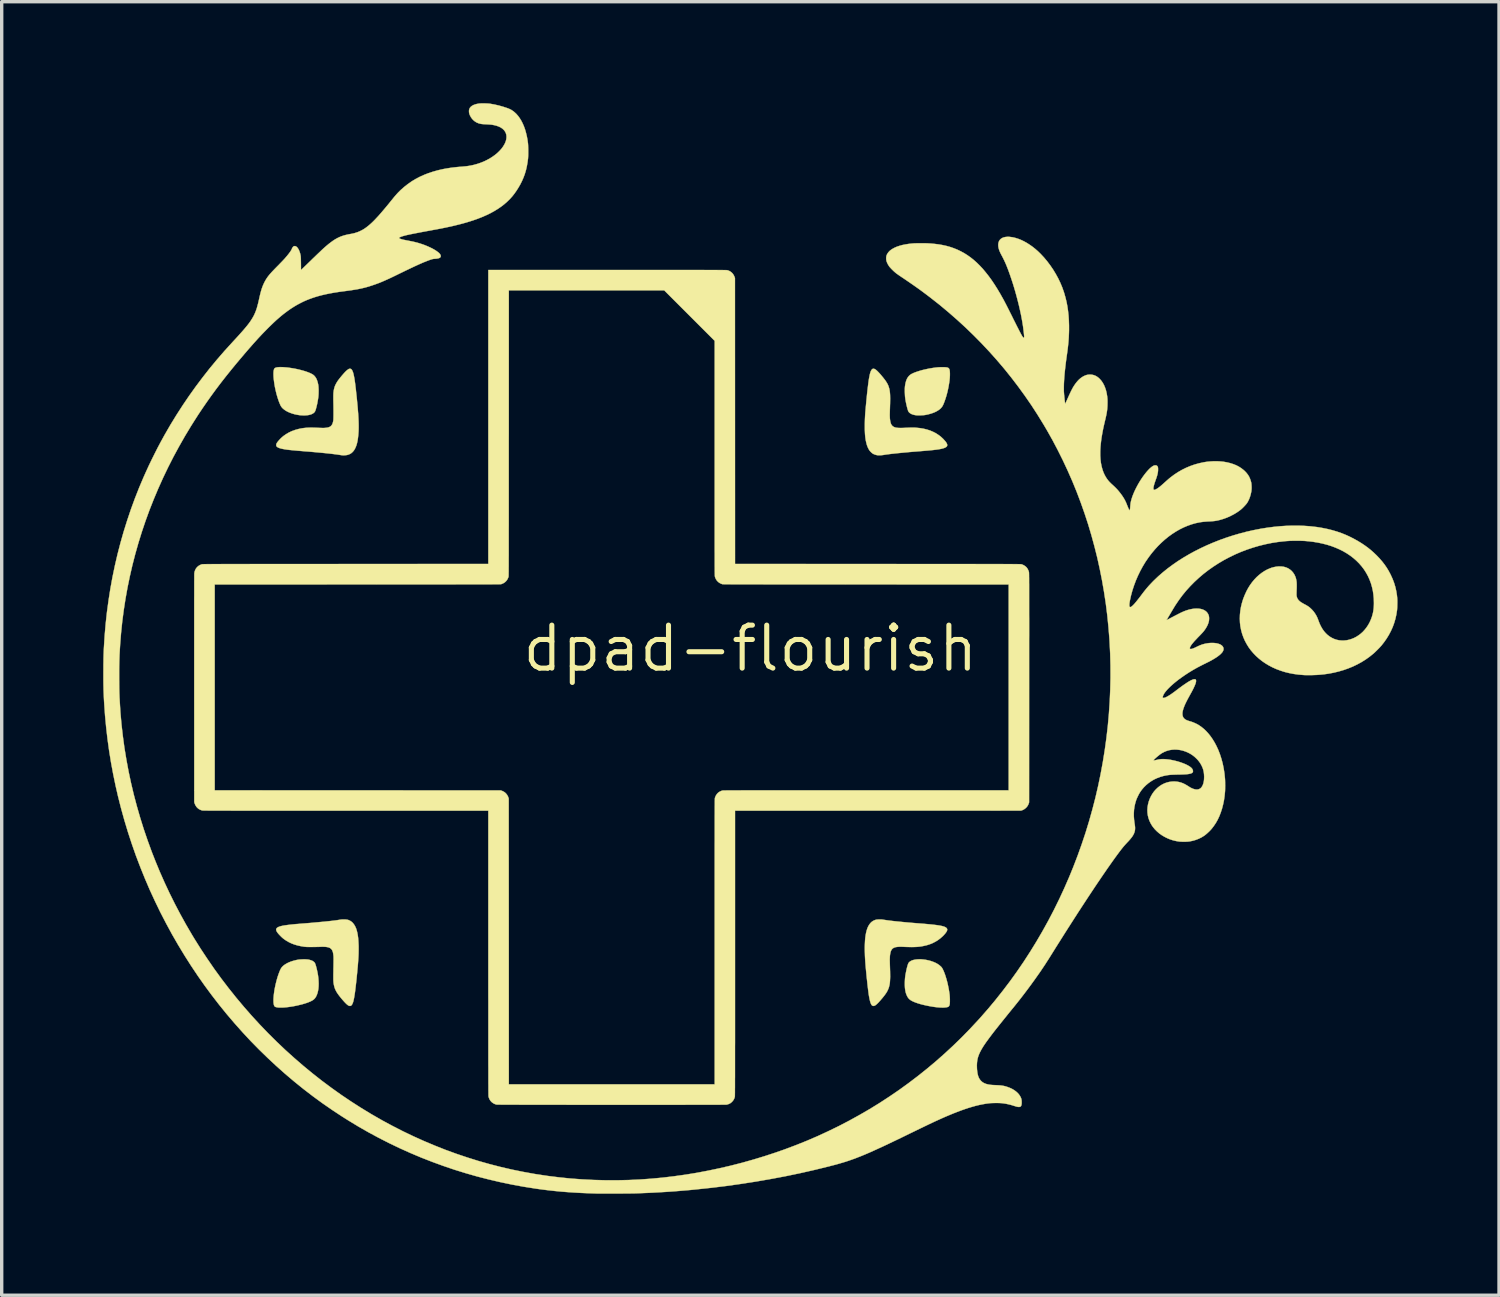
<source format=kicad_pcb>
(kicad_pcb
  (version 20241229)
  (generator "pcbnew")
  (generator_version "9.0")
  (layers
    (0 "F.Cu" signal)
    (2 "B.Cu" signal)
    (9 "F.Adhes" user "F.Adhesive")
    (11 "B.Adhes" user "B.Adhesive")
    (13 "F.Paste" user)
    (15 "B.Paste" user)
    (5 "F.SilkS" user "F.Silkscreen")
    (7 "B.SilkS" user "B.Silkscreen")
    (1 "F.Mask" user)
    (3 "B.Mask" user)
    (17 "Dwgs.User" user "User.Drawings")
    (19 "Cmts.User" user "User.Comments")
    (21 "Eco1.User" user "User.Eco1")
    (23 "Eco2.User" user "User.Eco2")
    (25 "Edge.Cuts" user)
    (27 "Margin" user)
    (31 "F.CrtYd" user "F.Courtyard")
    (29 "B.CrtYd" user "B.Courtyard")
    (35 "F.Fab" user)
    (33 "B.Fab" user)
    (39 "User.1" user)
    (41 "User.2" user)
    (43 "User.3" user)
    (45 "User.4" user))
  (footprint "dpad-flourish"
    (layer "F.Cu")
    (at 19.122 16.112)
    (property "Reference" "dpad-flourish" (at 0 0 0) (layer "F.SilkS") (effects (font (size 1.27 1.27) (thickness 0.15))))
    (attr through_hole)
    (fp_poly (pts (xy -13.153 9.185) (xy -13.116 9.187) (xy -13.085 9.189) (xy -13.057 9.193) (xy -13.03 9.199) (xy -13.002 9.207) (xy -12.987 9.212) (xy -12.956 9.223) (xy -12.931 9.235) (xy -12.91 9.25) (xy -12.894 9.262) (xy -12.882 9.274) (xy -12.871 9.288) (xy -12.862 9.306) (xy -12.853 9.327) (xy -12.844 9.355) (xy -12.836 9.381) (xy -12.812 9.474) (xy -12.792 9.566) (xy -12.776 9.655) (xy -12.765 9.741) (xy -12.759 9.824) (xy -12.756 9.904) (xy -12.758 9.98) (xy -12.764 10.051) (xy -12.775 10.117) (xy -12.79 10.178) (xy -12.809 10.234) (xy -12.832 10.283) (xy -12.859 10.326) (xy -12.891 10.361) (xy -12.893 10.363) (xy -12.92 10.385) (xy -12.956 10.407) (xy -12.999 10.429) (xy -13.05 10.45) (xy -13.108 10.472) (xy -13.174 10.493) (xy -13.246 10.514) (xy -13.303 10.528) (xy -13.383 10.547) (xy -13.463 10.564) (xy -13.542 10.578) (xy -13.62 10.59) (xy -13.694 10.599) (xy -13.765 10.606) (xy -13.83 10.61) (xy -13.89 10.61) (xy -13.939 10.609) (xy -13.971 10.605) (xy -14 10.6) (xy -14.025 10.594) (xy -14.043 10.586) (xy -14.054 10.579) (xy -14.066 10.562) (xy -14.077 10.537) (xy -14.084 10.505) (xy -14.089 10.467) (xy -14.091 10.422) (xy -14.091 10.371) (xy -14.088 10.314) (xy -14.083 10.252) (xy -14.075 10.186) (xy -14.065 10.115) (xy -14.052 10.04) (xy -14.036 9.962) (xy -14.036 9.961) (xy -14.022 9.901) (xy -14.007 9.84) (xy -13.991 9.78) (xy -13.974 9.721) (xy -13.956 9.665) (xy -13.937 9.611) (xy -13.919 9.563) (xy -13.901 9.519) (xy -13.884 9.481) (xy -13.867 9.451) (xy -13.861 9.44) (xy -13.833 9.406) (xy -13.798 9.372) (xy -13.755 9.34) (xy -13.706 9.31) (xy -13.652 9.282) (xy -13.591 9.257) (xy -13.527 9.235) (xy -13.464 9.218) (xy -13.411 9.205) (xy -13.362 9.196) (xy -13.314 9.19) (xy -13.266 9.187) (xy -13.212 9.185) (xy -13.195 9.185) (xy -13.153 9.185)) (stroke (width 0.01) (type solid)) (fill yes) (layer "F.SilkS"))
    (fp_poly (pts (xy -13.813 -8.313) (xy -13.746 -8.308) (xy -13.677 -8.302) (xy -13.605 -8.292) (xy -13.532 -8.281) (xy -13.459 -8.268) (xy -13.386 -8.253) (xy -13.315 -8.236) (xy -13.245 -8.218) (xy -13.179 -8.199) (xy -13.117 -8.179) (xy -13.06 -8.158) (xy -13.009 -8.137) (xy -12.964 -8.115) (xy -12.927 -8.094) (xy -12.924 -8.092) (xy -12.889 -8.063) (xy -12.858 -8.027) (xy -12.83 -7.984) (xy -12.807 -7.933) (xy -12.788 -7.875) (xy -12.772 -7.809) (xy -12.765 -7.766) (xy -12.762 -7.737) (xy -12.76 -7.702) (xy -12.758 -7.661) (xy -12.757 -7.619) (xy -12.758 -7.575) (xy -12.759 -7.531) (xy -12.761 -7.491) (xy -12.764 -7.455) (xy -12.765 -7.442) (xy -12.771 -7.395) (xy -12.779 -7.345) (xy -12.788 -7.295) (xy -12.797 -7.244) (xy -12.808 -7.195) (xy -12.819 -7.149) (xy -12.83 -7.106) (xy -12.84 -7.068) (xy -12.851 -7.037) (xy -12.86 -7.013) (xy -12.876 -6.986) (xy -12.901 -6.961) (xy -12.933 -6.94) (xy -12.971 -6.921) (xy -13.016 -6.907) (xy -13.041 -6.901) (xy -13.076 -6.895) (xy -13.118 -6.891) (xy -13.164 -6.888) (xy -13.211 -6.888) (xy -13.259 -6.89) (xy -13.304 -6.893) (xy -13.314 -6.894) (xy -13.392 -6.906) (xy -13.467 -6.922) (xy -13.539 -6.943) (xy -13.606 -6.967) (xy -13.668 -6.994) (xy -13.725 -7.025) (xy -13.775 -7.059) (xy -13.817 -7.095) (xy -13.822 -7.099) (xy -13.838 -7.117) (xy -13.852 -7.134) (xy -13.865 -7.152) (xy -13.877 -7.172) (xy -13.889 -7.197) (xy -13.903 -7.229) (xy -13.904 -7.231) (xy -13.926 -7.285) (xy -13.947 -7.343) (xy -13.967 -7.404) (xy -13.986 -7.467) (xy -14.004 -7.531) (xy -14.02 -7.597) (xy -14.035 -7.664) (xy -14.049 -7.73) (xy -14.06 -7.795) (xy -14.07 -7.859) (xy -14.078 -7.921) (xy -14.085 -7.98) (xy -14.089 -8.036) (xy -14.091 -8.088) (xy -14.091 -8.135) (xy -14.089 -8.177) (xy -14.084 -8.214) (xy -14.077 -8.244) (xy -14.067 -8.266) (xy -14.061 -8.276) (xy -14.046 -8.288) (xy -14.024 -8.298) (xy -13.995 -8.306) (xy -13.959 -8.311) (xy -13.915 -8.314) (xy -13.876 -8.314) (xy -13.813 -8.313)) (stroke (width 0.01) (type solid)) (fill yes) (layer "F.SilkS"))
    (fp_poly (pts (xy 5.049 9.184) (xy 5.113 9.19) (xy 5.179 9.199) (xy 5.182 9.199) (xy 5.26 9.215) (xy 5.334 9.235) (xy 5.403 9.259) (xy 5.467 9.286) (xy 5.525 9.317) (xy 5.576 9.351) (xy 5.62 9.388) (xy 5.629 9.396) (xy 5.646 9.414) (xy 5.659 9.43) (xy 5.67 9.448) (xy 5.682 9.469) (xy 5.686 9.477) (xy 5.711 9.53) (xy 5.736 9.592) (xy 5.76 9.659) (xy 5.783 9.733) (xy 5.805 9.81) (xy 5.826 9.891) (xy 5.844 9.975) (xy 5.861 10.059) (xy 5.875 10.145) (xy 5.887 10.229) (xy 5.887 10.232) (xy 5.89 10.262) (xy 5.892 10.296) (xy 5.894 10.332) (xy 5.895 10.369) (xy 5.895 10.405) (xy 5.895 10.439) (xy 5.893 10.47) (xy 5.892 10.497) (xy 5.889 10.516) (xy 5.887 10.524) (xy 5.88 10.548) (xy 5.871 10.565) (xy 5.861 10.577) (xy 5.848 10.586) (xy 5.847 10.587) (xy 5.829 10.594) (xy 5.803 10.601) (xy 5.771 10.605) (xy 5.734 10.609) (xy 5.694 10.611) (xy 5.651 10.61) (xy 5.641 10.61) (xy 5.572 10.606) (xy 5.497 10.599) (xy 5.419 10.589) (xy 5.339 10.576) (xy 5.257 10.561) (xy 5.176 10.544) (xy 5.098 10.526) (xy 5.022 10.506) (xy 4.952 10.485) (xy 4.888 10.463) (xy 4.859 10.452) (xy 4.81 10.431) (xy 4.769 10.411) (xy 4.734 10.39) (xy 4.705 10.368) (xy 4.68 10.344) (xy 4.659 10.317) (xy 4.64 10.286) (xy 4.635 10.278) (xy 4.615 10.234) (xy 4.598 10.188) (xy 4.585 10.139) (xy 4.575 10.084) (xy 4.57 10.047) (xy 4.567 10.014) (xy 4.565 9.976) (xy 4.564 9.932) (xy 4.564 9.886) (xy 4.565 9.839) (xy 4.567 9.793) (xy 4.57 9.75) (xy 4.574 9.711) (xy 4.576 9.696) (xy 4.582 9.653) (xy 4.59 9.609) (xy 4.599 9.563) (xy 4.608 9.517) (xy 4.618 9.472) (xy 4.628 9.43) (xy 4.639 9.391) (xy 4.648 9.357) (xy 4.658 9.329) (xy 4.666 9.307) (xy 4.669 9.301) (xy 4.687 9.275) (xy 4.713 9.252) (xy 4.745 9.232) (xy 4.783 9.215) (xy 4.827 9.202) (xy 4.876 9.192) (xy 4.93 9.186) (xy 4.988 9.183) (xy 5.049 9.184)) (stroke (width 0.01) (type solid)) (fill yes) (layer "F.SilkS"))
    (fp_poly (pts (xy 5.721 -8.312) (xy 5.762 -8.31) (xy 5.796 -8.307) (xy 5.823 -8.301) (xy 5.845 -8.293) (xy 5.862 -8.281) (xy 5.874 -8.265) (xy 5.883 -8.245) (xy 5.889 -8.219) (xy 5.893 -8.189) (xy 5.895 -8.152) (xy 5.896 -8.138) (xy 5.896 -8.07) (xy 5.892 -7.995) (xy 5.884 -7.914) (xy 5.871 -7.826) (xy 5.855 -7.733) (xy 5.837 -7.645) (xy 5.824 -7.587) (xy 5.809 -7.528) (xy 5.793 -7.47) (xy 5.776 -7.413) (xy 5.758 -7.359) (xy 5.74 -7.307) (xy 5.722 -7.26) (xy 5.705 -7.218) (xy 5.688 -7.182) (xy 5.672 -7.154) (xy 5.668 -7.148) (xy 5.64 -7.112) (xy 5.605 -7.077) (xy 5.562 -7.045) (xy 5.512 -7.014) (xy 5.457 -6.986) (xy 5.396 -6.961) (xy 5.33 -6.939) (xy 5.26 -6.92) (xy 5.187 -6.904) (xy 5.152 -6.898) (xy 5.13 -6.896) (xy 5.102 -6.893) (xy 5.07 -6.892) (xy 5.036 -6.89) (xy 5.001 -6.89) (xy 4.967 -6.889) (xy 4.937 -6.89) (xy 4.912 -6.891) (xy 4.897 -6.892) (xy 4.846 -6.901) (xy 4.8 -6.913) (xy 4.759 -6.929) (xy 4.724 -6.949) (xy 4.696 -6.971) (xy 4.675 -6.995) (xy 4.675 -6.996) (xy 4.667 -7.011) (xy 4.658 -7.033) (xy 4.649 -7.062) (xy 4.639 -7.096) (xy 4.629 -7.134) (xy 4.619 -7.175) (xy 4.609 -7.219) (xy 4.599 -7.264) (xy 4.591 -7.308) (xy 4.583 -7.352) (xy 4.577 -7.394) (xy 4.576 -7.4) (xy 4.572 -7.432) (xy 4.569 -7.469) (xy 4.567 -7.511) (xy 4.565 -7.554) (xy 4.564 -7.597) (xy 4.564 -7.639) (xy 4.564 -7.677) (xy 4.566 -7.71) (xy 4.567 -7.731) (xy 4.577 -7.803) (xy 4.591 -7.867) (xy 4.609 -7.925) (xy 4.631 -7.975) (xy 4.658 -8.019) (xy 4.689 -8.056) (xy 4.724 -8.087) (xy 4.752 -8.106) (xy 4.791 -8.126) (xy 4.837 -8.147) (xy 4.89 -8.167) (xy 4.949 -8.187) (xy 5.013 -8.207) (xy 5.08 -8.226) (xy 5.151 -8.243) (xy 5.223 -8.259) (xy 5.297 -8.274) (xy 5.371 -8.286) (xy 5.402 -8.291) (xy 5.446 -8.297) (xy 5.482 -8.302) (xy 5.514 -8.305) (xy 5.544 -8.308) (xy 5.572 -8.31) (xy 5.6 -8.311) (xy 5.631 -8.312) (xy 5.667 -8.312) (xy 5.673 -8.312) (xy 5.721 -8.312)) (stroke (width 0.01) (type solid)) (fill yes) (layer "F.SilkS"))
    (fp_poly (pts (xy 3.853 8.006) (xy 3.875 8.007) (xy 3.897 8.01) (xy 3.924 8.014) (xy 3.933 8.015) (xy 3.993 8.024) (xy 4.062 8.034) (xy 4.139 8.044) (xy 4.225 8.054) (xy 4.319 8.064) (xy 4.421 8.074) (xy 4.531 8.085) (xy 4.65 8.096) (xy 4.777 8.107) (xy 4.912 8.118) (xy 5.014 8.126) (xy 5.109 8.133) (xy 5.195 8.141) (xy 5.274 8.148) (xy 5.346 8.155) (xy 5.41 8.162) (xy 5.469 8.169) (xy 5.521 8.176) (xy 5.567 8.183) (xy 5.608 8.19) (xy 5.645 8.197) (xy 5.676 8.204) (xy 5.704 8.212) (xy 5.728 8.22) (xy 5.733 8.222) (xy 5.763 8.235) (xy 5.787 8.251) (xy 5.804 8.268) (xy 5.814 8.287) (xy 5.817 8.308) (xy 5.813 8.332) (xy 5.802 8.359) (xy 5.783 8.388) (xy 5.758 8.422) (xy 5.725 8.459) (xy 5.695 8.491) (xy 5.627 8.553) (xy 5.556 8.608) (xy 5.479 8.657) (xy 5.397 8.7) (xy 5.311 8.736) (xy 5.219 8.766) (xy 5.121 8.789) (xy 5.046 8.803) (xy 5.01 8.808) (xy 4.974 8.812) (xy 4.937 8.816) (xy 4.899 8.818) (xy 4.859 8.82) (xy 4.816 8.821) (xy 4.768 8.822) (xy 4.716 8.821) (xy 4.659 8.82) (xy 4.594 8.818) (xy 4.522 8.815) (xy 4.508 8.814) (xy 4.458 8.813) (xy 4.411 8.813) (xy 4.367 8.815) (xy 4.33 8.819) (xy 4.298 8.824) (xy 4.287 8.826) (xy 4.252 8.838) (xy 4.222 8.853) (xy 4.196 8.873) (xy 4.175 8.899) (xy 4.158 8.929) (xy 4.144 8.966) (xy 4.134 9.01) (xy 4.126 9.061) (xy 4.123 9.091) (xy 4.122 9.113) (xy 4.121 9.137) (xy 4.12 9.162) (xy 4.119 9.19) (xy 4.119 9.222) (xy 4.12 9.257) (xy 4.121 9.298) (xy 4.122 9.345) (xy 4.124 9.399) (xy 4.126 9.459) (xy 4.129 9.545) (xy 4.13 9.623) (xy 4.131 9.694) (xy 4.129 9.758) (xy 4.126 9.817) (xy 4.122 9.871) (xy 4.115 9.921) (xy 4.105 9.967) (xy 4.094 10.011) (xy 4.079 10.052) (xy 4.062 10.092) (xy 4.042 10.132) (xy 4.019 10.171) (xy 3.992 10.211) (xy 3.961 10.253) (xy 3.927 10.296) (xy 3.889 10.343) (xy 3.888 10.343) (xy 3.847 10.392) (xy 3.81 10.433) (xy 3.778 10.468) (xy 3.748 10.497) (xy 3.723 10.52) (xy 3.7 10.538) (xy 3.681 10.55) (xy 3.677 10.552) (xy 3.653 10.56) (xy 3.63 10.562) (xy 3.609 10.556) (xy 3.604 10.553) (xy 3.591 10.543) (xy 3.579 10.528) (xy 3.568 10.508) (xy 3.557 10.484) (xy 3.546 10.453) (xy 3.536 10.417) (xy 3.526 10.375) (xy 3.516 10.327) (xy 3.506 10.272) (xy 3.496 10.21) (xy 3.487 10.14) (xy 3.477 10.063) (xy 3.467 9.977) (xy 3.463 9.946) (xy 3.45 9.823) (xy 3.437 9.708) (xy 3.427 9.6) (xy 3.417 9.5) (xy 3.408 9.405) (xy 3.401 9.316) (xy 3.395 9.233) (xy 3.39 9.155) (xy 3.386 9.08) (xy 3.384 9.01) (xy 3.382 8.943) (xy 3.381 8.879) (xy 3.381 8.818) (xy 3.383 8.758) (xy 3.383 8.746) (xy 3.388 8.646) (xy 3.395 8.555) (xy 3.407 8.47) (xy 3.421 8.393) (xy 3.439 8.324) (xy 3.46 8.262) (xy 3.485 8.206) (xy 3.514 8.158) (xy 3.546 8.116) (xy 3.581 8.081) (xy 3.621 8.053) (xy 3.664 8.031) (xy 3.708 8.016) (xy 3.73 8.012) (xy 3.759 8.009) (xy 3.795 8.007) (xy 3.802 8.006) (xy 3.83 8.006) (xy 3.853 8.006)) (stroke (width 0.01) (type solid)) (fill yes) (layer "F.SilkS"))
    (fp_poly (pts (xy -11.826 -8.267) (xy -11.807 -8.262) (xy -11.792 -8.253) (xy -11.777 -8.237) (xy -11.764 -8.214) (xy -11.76 -8.207) (xy -11.751 -8.186) (xy -11.742 -8.162) (xy -11.733 -8.134) (xy -11.725 -8.102) (xy -11.717 -8.066) (xy -11.709 -8.025) (xy -11.7 -7.978) (xy -11.692 -7.926) (xy -11.684 -7.868) (xy -11.675 -7.803) (xy -11.667 -7.732) (xy -11.657 -7.652) (xy -11.648 -7.565) (xy -11.646 -7.548) (xy -11.633 -7.429) (xy -11.622 -7.317) (xy -11.612 -7.213) (xy -11.603 -7.116) (xy -11.596 -7.025) (xy -11.589 -6.941) (xy -11.584 -6.861) (xy -11.58 -6.787) (xy -11.577 -6.717) (xy -11.575 -6.651) (xy -11.574 -6.589) (xy -11.574 -6.53) (xy -11.575 -6.474) (xy -11.577 -6.419) (xy -11.578 -6.403) (xy -11.585 -6.307) (xy -11.595 -6.219) (xy -11.607 -6.138) (xy -11.623 -6.065) (xy -11.642 -5.999) (xy -11.665 -5.941) (xy -11.691 -5.889) (xy -11.72 -5.844) (xy -11.753 -5.806) (xy -11.789 -5.774) (xy -11.829 -5.749) (xy -11.873 -5.73) (xy -11.909 -5.719) (xy -11.932 -5.715) (xy -11.96 -5.712) (xy -11.991 -5.709) (xy -12.021 -5.708) (xy -12.047 -5.709) (xy -12.057 -5.709) (xy -12.068 -5.711) (xy -12.085 -5.713) (xy -12.106 -5.716) (xy -12.13 -5.72) (xy -12.139 -5.721) (xy -12.181 -5.728) (xy -12.231 -5.735) (xy -12.288 -5.742) (xy -12.351 -5.75) (xy -12.42 -5.758) (xy -12.494 -5.766) (xy -12.572 -5.774) (xy -12.654 -5.782) (xy -12.739 -5.79) (xy -12.825 -5.798) (xy -12.914 -5.806) (xy -13.003 -5.814) (xy -13.064 -5.819) (xy -13.15 -5.825) (xy -13.227 -5.832) (xy -13.298 -5.838) (xy -13.361 -5.843) (xy -13.418 -5.848) (xy -13.469 -5.853) (xy -13.516 -5.857) (xy -13.557 -5.861) (xy -13.594 -5.865) (xy -13.628 -5.868) (xy -13.658 -5.872) (xy -13.686 -5.875) (xy -13.712 -5.879) (xy -13.736 -5.883) (xy -13.759 -5.886) (xy -13.762 -5.887) (xy -13.819 -5.897) (xy -13.867 -5.908) (xy -13.908 -5.92) (xy -13.942 -5.932) (xy -13.968 -5.946) (xy -13.989 -5.961) (xy -14.001 -5.975) (xy -14.008 -5.99) (xy -14.011 -6.01) (xy -14.008 -6.033) (xy -14.001 -6.055) (xy -13.999 -6.061) (xy -13.986 -6.081) (xy -13.968 -6.106) (xy -13.946 -6.133) (xy -13.92 -6.162) (xy -13.892 -6.192) (xy -13.863 -6.221) (xy -13.833 -6.248) (xy -13.805 -6.272) (xy -13.796 -6.279) (xy -13.719 -6.333) (xy -13.637 -6.381) (xy -13.55 -6.422) (xy -13.458 -6.456) (xy -13.361 -6.483) (xy -13.344 -6.487) (xy -13.289 -6.499) (xy -13.233 -6.509) (xy -13.177 -6.516) (xy -13.12 -6.522) (xy -13.059 -6.525) (xy -12.994 -6.527) (xy -12.925 -6.526) (xy -12.849 -6.524) (xy -12.783 -6.521) (xy -12.739 -6.519) (xy -12.703 -6.518) (xy -12.672 -6.517) (xy -12.646 -6.516) (xy -12.624 -6.516) (xy -12.605 -6.516) (xy -12.587 -6.517) (xy -12.569 -6.518) (xy -12.568 -6.518) (xy -12.524 -6.523) (xy -12.487 -6.529) (xy -12.456 -6.538) (xy -12.43 -6.549) (xy -12.407 -6.563) (xy -12.392 -6.576) (xy -12.372 -6.598) (xy -12.356 -6.624) (xy -12.343 -6.655) (xy -12.332 -6.693) (xy -12.325 -6.727) (xy -12.322 -6.745) (xy -12.32 -6.772) (xy -12.319 -6.807) (xy -12.318 -6.851) (xy -12.317 -6.903) (xy -12.317 -6.963) (xy -12.317 -7.032) (xy -12.318 -7.109) (xy -12.319 -7.194) (xy -12.321 -7.288) (xy -12.322 -7.345) (xy -12.322 -7.394) (xy -12.322 -7.437) (xy -12.322 -7.475) (xy -12.321 -7.507) (xy -12.32 -7.536) (xy -12.318 -7.562) (xy -12.315 -7.587) (xy -12.312 -7.61) (xy -12.308 -7.634) (xy -12.306 -7.645) (xy -12.297 -7.685) (xy -12.286 -7.723) (xy -12.273 -7.761) (xy -12.256 -7.798) (xy -12.236 -7.836) (xy -12.213 -7.875) (xy -12.185 -7.917) (xy -12.152 -7.961) (xy -12.114 -8.009) (xy -12.07 -8.062) (xy -12.051 -8.084) (xy -12.012 -8.129) (xy -11.977 -8.167) (xy -11.946 -8.198) (xy -11.918 -8.223) (xy -11.893 -8.242) (xy -11.872 -8.256) (xy -11.852 -8.264) (xy -11.835 -8.267) (xy -11.826 -8.267)) (stroke (width 0.01) (type solid)) (fill yes) (layer "F.SilkS"))
    (fp_poly (pts (xy 3.663 -8.262) (xy 3.687 -8.251) (xy 3.713 -8.232) (xy 3.743 -8.207) (xy 3.775 -8.175) (xy 3.812 -8.136) (xy 3.849 -8.094) (xy 3.894 -8.04) (xy 3.934 -7.991) (xy 3.969 -7.946) (xy 3.999 -7.905) (xy 4.024 -7.866) (xy 4.046 -7.829) (xy 4.064 -7.794) (xy 4.079 -7.758) (xy 4.091 -7.723) (xy 4.102 -7.686) (xy 4.104 -7.679) (xy 4.111 -7.646) (xy 4.117 -7.611) (xy 4.122 -7.573) (xy 4.126 -7.531) (xy 4.129 -7.485) (xy 4.13 -7.434) (xy 4.131 -7.378) (xy 4.13 -7.315) (xy 4.129 -7.245) (xy 4.126 -7.167) (xy 4.126 -7.161) (xy 4.124 -7.099) (xy 4.122 -7.044) (xy 4.121 -6.997) (xy 4.12 -6.955) (xy 4.119 -6.918) (xy 4.119 -6.886) (xy 4.12 -6.857) (xy 4.121 -6.83) (xy 4.122 -6.806) (xy 4.123 -6.792) (xy 4.13 -6.737) (xy 4.139 -6.69) (xy 4.151 -6.649) (xy 4.167 -6.615) (xy 4.187 -6.587) (xy 4.211 -6.565) (xy 4.24 -6.547) (xy 4.274 -6.534) (xy 4.286 -6.53) (xy 4.31 -6.525) (xy 4.337 -6.521) (xy 4.369 -6.518) (xy 4.405 -6.517) (xy 4.447 -6.516) (xy 4.495 -6.517) (xy 4.55 -6.519) (xy 4.577 -6.521) (xy 4.634 -6.523) (xy 4.684 -6.525) (xy 4.728 -6.527) (xy 4.767 -6.527) (xy 4.802 -6.527) (xy 4.835 -6.527) (xy 4.866 -6.526) (xy 4.897 -6.524) (xy 4.9 -6.523) (xy 5.01 -6.512) (xy 5.115 -6.495) (xy 5.214 -6.471) (xy 5.308 -6.441) (xy 5.396 -6.404) (xy 5.479 -6.362) (xy 5.556 -6.312) (xy 5.629 -6.257) (xy 5.696 -6.195) (xy 5.757 -6.127) (xy 5.783 -6.094) (xy 5.801 -6.064) (xy 5.813 -6.038) (xy 5.817 -6.014) (xy 5.815 -5.992) (xy 5.813 -5.985) (xy 5.802 -5.968) (xy 5.783 -5.952) (xy 5.756 -5.936) (xy 5.722 -5.922) (xy 5.681 -5.91) (xy 5.68 -5.91) (xy 5.655 -5.903) (xy 5.628 -5.897) (xy 5.598 -5.892) (xy 5.566 -5.886) (xy 5.53 -5.881) (xy 5.49 -5.875) (xy 5.446 -5.87) (xy 5.398 -5.864) (xy 5.344 -5.859) (xy 5.284 -5.853) (xy 5.218 -5.847) (xy 5.145 -5.841) (xy 5.064 -5.834) (xy 4.976 -5.827) (xy 4.953 -5.825) (xy 4.907 -5.821) (xy 4.868 -5.818) (xy 4.834 -5.816) (xy 4.803 -5.813) (xy 4.775 -5.811) (xy 4.746 -5.808) (xy 4.716 -5.806) (xy 4.683 -5.803) (xy 4.645 -5.799) (xy 4.601 -5.795) (xy 4.6 -5.795) (xy 4.503 -5.786) (xy 4.412 -5.777) (xy 4.327 -5.769) (xy 4.247 -5.76) (xy 4.174 -5.752) (xy 4.107 -5.744) (xy 4.048 -5.736) (xy 3.997 -5.729) (xy 3.953 -5.722) (xy 3.948 -5.721) (xy 3.905 -5.715) (xy 3.863 -5.711) (xy 3.822 -5.709) (xy 3.786 -5.709) (xy 3.755 -5.711) (xy 3.755 -5.711) (xy 3.724 -5.717) (xy 3.692 -5.726) (xy 3.659 -5.738) (xy 3.631 -5.751) (xy 3.622 -5.756) (xy 3.599 -5.772) (xy 3.574 -5.794) (xy 3.549 -5.818) (xy 3.528 -5.842) (xy 3.519 -5.853) (xy 3.492 -5.898) (xy 3.467 -5.95) (xy 3.445 -6.009) (xy 3.427 -6.075) (xy 3.411 -6.147) (xy 3.399 -6.224) (xy 3.394 -6.267) (xy 3.39 -6.309) (xy 3.387 -6.351) (xy 3.385 -6.395) (xy 3.383 -6.443) (xy 3.382 -6.496) (xy 3.382 -6.555) (xy 3.382 -6.566) (xy 3.382 -6.622) (xy 3.383 -6.677) (xy 3.384 -6.732) (xy 3.386 -6.787) (xy 3.389 -6.843) (xy 3.392 -6.901) (xy 3.396 -6.963) (xy 3.402 -7.029) (xy 3.408 -7.099) (xy 3.415 -7.176) (xy 3.423 -7.26) (xy 3.427 -7.307) (xy 3.438 -7.411) (xy 3.447 -7.507) (xy 3.457 -7.595) (xy 3.466 -7.676) (xy 3.475 -7.75) (xy 3.483 -7.817) (xy 3.491 -7.878) (xy 3.499 -7.933) (xy 3.507 -7.982) (xy 3.515 -8.026) (xy 3.523 -8.065) (xy 3.53 -8.099) (xy 3.538 -8.13) (xy 3.546 -8.156) (xy 3.554 -8.179) (xy 3.562 -8.199) (xy 3.576 -8.225) (xy 3.59 -8.245) (xy 3.606 -8.258) (xy 3.623 -8.266) (xy 3.642 -8.267) (xy 3.663 -8.262)) (stroke (width 0.01) (type solid)) (fill yes) (layer "F.SilkS"))
    (fp_poly (pts (xy -12.003 8.006) (xy -11.989 8.006) (xy -11.951 8.009) (xy -11.918 8.013) (xy -11.889 8.019) (xy -11.862 8.029) (xy -11.839 8.04) (xy -11.813 8.054) (xy -11.791 8.069) (xy -11.77 8.086) (xy -11.753 8.103) (xy -11.722 8.139) (xy -11.694 8.18) (xy -11.67 8.226) (xy -11.648 8.277) (xy -11.63 8.335) (xy -11.614 8.399) (xy -11.601 8.47) (xy -11.59 8.548) (xy -11.583 8.633) (xy -11.578 8.726) (xy -11.575 8.791) (xy -11.575 8.847) (xy -11.575 8.904) (xy -11.576 8.963) (xy -11.577 9.025) (xy -11.58 9.091) (xy -11.584 9.161) (xy -11.589 9.235) (xy -11.595 9.315) (xy -11.602 9.401) (xy -11.611 9.493) (xy -11.62 9.593) (xy -11.625 9.641) (xy -11.635 9.744) (xy -11.645 9.839) (xy -11.655 9.926) (xy -11.664 10.005) (xy -11.673 10.077) (xy -11.681 10.143) (xy -11.69 10.203) (xy -11.698 10.256) (xy -11.706 10.304) (xy -11.714 10.347) (xy -11.722 10.385) (xy -11.73 10.418) (xy -11.738 10.447) (xy -11.747 10.472) (xy -11.756 10.494) (xy -11.765 10.513) (xy -11.775 10.529) (xy -11.78 10.536) (xy -11.797 10.552) (xy -11.817 10.561) (xy -11.84 10.562) (xy -11.865 10.555) (xy -11.873 10.552) (xy -11.892 10.54) (xy -11.914 10.523) (xy -11.94 10.5) (xy -11.969 10.471) (xy -12.003 10.435) (xy -12.04 10.393) (xy -12.055 10.376) (xy -12.101 10.321) (xy -12.142 10.27) (xy -12.177 10.223) (xy -12.207 10.18) (xy -12.232 10.139) (xy -12.253 10.099) (xy -12.271 10.06) (xy -12.285 10.021) (xy -12.296 9.981) (xy -12.304 9.948) (xy -12.307 9.932) (xy -12.31 9.917) (xy -12.312 9.903) (xy -12.315 9.888) (xy -12.316 9.873) (xy -12.318 9.858) (xy -12.319 9.84) (xy -12.321 9.821) (xy -12.321 9.799) (xy -12.322 9.774) (xy -12.322 9.745) (xy -12.322 9.713) (xy -12.322 9.675) (xy -12.322 9.633) (xy -12.321 9.585) (xy -12.32 9.531) (xy -12.32 9.47) (xy -12.318 9.402) (xy -12.317 9.327) (xy -12.316 9.281) (xy -12.316 9.228) (xy -12.315 9.182) (xy -12.316 9.144) (xy -12.316 9.112) (xy -12.318 9.087) (xy -12.319 9.074) (xy -12.325 9.025) (xy -12.333 8.982) (xy -12.345 8.945) (xy -12.359 8.913) (xy -12.377 8.887) (xy -12.4 8.865) (xy -12.427 8.847) (xy -12.46 8.833) (xy -12.498 8.824) (xy -12.542 8.817) (xy -12.594 8.814) (xy -12.652 8.813) (xy -12.718 8.815) (xy -12.72 8.815) (xy -12.747 8.817) (xy -12.781 8.817) (xy -12.82 8.818) (xy -12.861 8.819) (xy -12.904 8.819) (xy -12.945 8.82) (xy -12.967 8.82) (xy -13.009 8.82) (xy -13.044 8.82) (xy -13.073 8.819) (xy -13.098 8.819) (xy -13.119 8.818) (xy -13.138 8.816) (xy -13.156 8.815) (xy -13.174 8.813) (xy -13.189 8.811) (xy -13.29 8.794) (xy -13.384 8.773) (xy -13.472 8.747) (xy -13.555 8.716) (xy -13.632 8.68) (xy -13.705 8.638) (xy -13.73 8.622) (xy -13.766 8.597) (xy -13.799 8.573) (xy -13.829 8.548) (xy -13.859 8.52) (xy -13.891 8.488) (xy -13.899 8.48) (xy -13.931 8.446) (xy -13.958 8.415) (xy -13.979 8.386) (xy -13.996 8.36) (xy -14.007 8.335) (xy -14.012 8.313) (xy -14.011 8.293) (xy -14.003 8.275) (xy -13.99 8.258) (xy -13.97 8.243) (xy -13.943 8.229) (xy -13.91 8.216) (xy -13.869 8.204) (xy -13.821 8.193) (xy -13.765 8.183) (xy -13.702 8.174) (xy -13.631 8.165) (xy -13.552 8.156) (xy -13.464 8.147) (xy -13.445 8.145) (xy -13.419 8.143) (xy -13.387 8.141) (xy -13.351 8.138) (xy -13.311 8.134) (xy -13.269 8.131) (xy -13.227 8.127) (xy -13.206 8.126) (xy -13.092 8.117) (xy -12.982 8.108) (xy -12.877 8.098) (xy -12.776 8.089) (xy -12.68 8.08) (xy -12.59 8.072) (xy -12.506 8.063) (xy -12.429 8.055) (xy -12.358 8.047) (xy -12.294 8.039) (xy -12.238 8.032) (xy -12.19 8.025) (xy -12.186 8.024) (xy -12.148 8.018) (xy -12.118 8.014) (xy -12.093 8.01) (xy -12.073 8.008) (xy -12.055 8.006) (xy -12.038 8.006) (xy -12.021 8.006) (xy -12.003 8.006)) (stroke (width 0.01) (type solid)) (fill yes) (layer "F.SilkS"))
    (fp_poly (pts (xy -4.018 -11.184) (xy -3.818 -11.184) (xy -3.626 -11.184) (xy -3.442 -11.184) (xy -3.266 -11.184) (xy -3.098 -11.184) (xy -2.937 -11.184) (xy -2.783 -11.184) (xy -2.637 -11.184) (xy -2.497 -11.184) (xy -2.364 -11.184) (xy -2.238 -11.184) (xy -2.118 -11.184) (xy -2.005 -11.184) (xy -1.898 -11.184) (xy -1.796 -11.184) (xy -1.7 -11.184) (xy -1.61 -11.184) (xy -1.526 -11.184) (xy -1.446 -11.184) (xy -1.372 -11.184) (xy -1.303 -11.183) (xy -1.238 -11.183) (xy -1.178 -11.183) (xy -1.123 -11.183) (xy -1.072 -11.183) (xy -1.024 -11.183) (xy -0.981 -11.183) (xy -0.942 -11.182) (xy -0.906 -11.182) (xy -0.873 -11.182) (xy -0.844 -11.182) (xy -0.818 -11.182) (xy -0.794 -11.181) (xy -0.774 -11.181) (xy -0.756 -11.181) (xy -0.74 -11.181) (xy -0.727 -11.18) (xy -0.716 -11.18) (xy -0.706 -11.18) (xy -0.699 -11.179) (xy -0.693 -11.179) (xy -0.688 -11.179) (xy -0.685 -11.178) (xy -0.682 -11.178) (xy -0.682 -11.178) (xy -0.634 -11.162) (xy -0.591 -11.139) (xy -0.552 -11.109) (xy -0.519 -11.074) (xy -0.491 -11.032) (xy -0.469 -10.985) (xy -0.467 -10.979) (xy -0.455 -10.945) (xy -0.454 -6.721) (xy -0.453 -2.498) (xy 3.767 -2.497) (xy 3.994 -2.497) (xy 4.213 -2.497) (xy 4.425 -2.496) (xy 4.628 -2.496) (xy 4.823 -2.496) (xy 5.01 -2.496) (xy 5.19 -2.496) (xy 5.363 -2.496) (xy 5.529 -2.496) (xy 5.687 -2.496) (xy 5.838 -2.496) (xy 5.983 -2.496) (xy 6.121 -2.496) (xy 6.253 -2.496) (xy 6.378 -2.496) (xy 6.497 -2.496) (xy 6.611 -2.496) (xy 6.718 -2.495) (xy 6.82 -2.495) (xy 6.916 -2.495) (xy 7.007 -2.495) (xy 7.092 -2.495) (xy 7.173 -2.495) (xy 7.249 -2.495) (xy 7.32 -2.495) (xy 7.386 -2.495) (xy 7.448 -2.495) (xy 7.506 -2.494) (xy 7.559 -2.494) (xy 7.609 -2.494) (xy 7.654 -2.494) (xy 7.697 -2.494) (xy 7.735 -2.494) (xy 7.771 -2.493) (xy 7.803 -2.493) (xy 7.832 -2.493) (xy 7.858 -2.493) (xy 7.881 -2.493) (xy 7.902 -2.492) (xy 7.921 -2.492) (xy 7.937 -2.492) (xy 7.951 -2.492) (xy 7.963 -2.491) (xy 7.974 -2.491) (xy 7.983 -2.491) (xy 7.99 -2.49) (xy 7.996 -2.49) (xy 8.001 -2.49) (xy 8.004 -2.489) (xy 8.007 -2.489) (xy 8.01 -2.488) (xy 8.011 -2.488) (xy 8.012 -2.488) (xy 8.057 -2.471) (xy 8.099 -2.448) (xy 8.137 -2.42) (xy 8.168 -2.389) (xy 8.17 -2.386) (xy 8.191 -2.355) (xy 8.209 -2.32) (xy 8.224 -2.284) (xy 8.232 -2.254) (xy 8.232 -2.252) (xy 8.232 -2.248) (xy 8.233 -2.243) (xy 8.233 -2.237) (xy 8.233 -2.229) (xy 8.234 -2.219) (xy 8.234 -2.207) (xy 8.234 -2.193) (xy 8.235 -2.177) (xy 8.235 -2.158) (xy 8.235 -2.136) (xy 8.235 -2.112) (xy 8.236 -2.085) (xy 8.236 -2.055) (xy 8.236 -2.021) (xy 8.236 -1.984) (xy 8.236 -1.943) (xy 8.237 -1.898) (xy 8.237 -1.849) (xy 8.237 -1.796) (xy 8.237 -1.739) (xy 8.237 -1.677) (xy 8.237 -1.61) (xy 8.237 -1.539) (xy 8.237 -1.462) (xy 8.237 -1.381) (xy 8.237 -1.294) (xy 8.237 -1.201) (xy 8.237 -1.102) (xy 8.237 -0.998) (xy 8.238 -0.888) (xy 8.238 -0.771) (xy 8.238 -0.648) (xy 8.238 -0.518) (xy 8.238 -0.382) (xy 8.237 -0.238) (xy 8.237 -0.088) (xy 8.237 0.07) (xy 8.237 0.235) (xy 8.237 0.408) (xy 8.237 0.589) (xy 8.237 0.778) (xy 8.237 0.974) (xy 8.237 1.164) (xy 8.236 4.549) (xy 8.224 4.583) (xy 8.208 4.623) (xy 8.187 4.658) (xy 8.161 4.691) (xy 8.147 4.705) (xy 8.113 4.735) (xy 8.076 4.759) (xy 8.035 4.778) (xy 8.025 4.781) (xy 7.999 4.79) (xy 3.773 4.791) (xy -0.453 4.792) (xy -0.453 9.005) (xy -0.453 9.235) (xy -0.453 9.456) (xy -0.453 9.67) (xy -0.453 9.875) (xy -0.453 10.072) (xy -0.453 10.262) (xy -0.453 10.444) (xy -0.453 10.618) (xy -0.453 10.786) (xy -0.453 10.946) (xy -0.453 11.099) (xy -0.453 11.246) (xy -0.453 11.386) (xy -0.453 11.519) (xy -0.453 11.646) (xy -0.454 11.766) (xy -0.454 11.881) (xy -0.454 11.99) (xy -0.454 12.093) (xy -0.454 12.19) (xy -0.454 12.282) (xy -0.454 12.369) (xy -0.454 12.45) (xy -0.454 12.527) (xy -0.454 12.598) (xy -0.454 12.665) (xy -0.455 12.727) (xy -0.455 12.785) (xy -0.455 12.839) (xy -0.455 12.888) (xy -0.455 12.934) (xy -0.455 12.976) (xy -0.456 13.014) (xy -0.456 13.048) (xy -0.456 13.08) (xy -0.456 13.108) (xy -0.456 13.133) (xy -0.457 13.155) (xy -0.457 13.174) (xy -0.457 13.191) (xy -0.457 13.205) (xy -0.458 13.217) (xy -0.458 13.227) (xy -0.458 13.235) (xy -0.459 13.24) (xy -0.459 13.245) (xy -0.459 13.247) (xy -0.459 13.248) (xy -0.473 13.291) (xy -0.493 13.333) (xy -0.521 13.372) (xy -0.553 13.406) (xy -0.59 13.435) (xy -0.598 13.44) (xy -0.628 13.455) (xy -0.663 13.468) (xy -0.698 13.477) (xy -0.707 13.479) (xy -0.713 13.479) (xy -0.727 13.479) (xy -0.75 13.48) (xy -0.78 13.48) (xy -0.817 13.48) (xy -0.862 13.48) (xy -0.914 13.481) (xy -0.972 13.481) (xy -1.037 13.481) (xy -1.108 13.481) (xy -1.185 13.481) (xy -1.268 13.482) (xy -1.357 13.482) (xy -1.45 13.482) (xy -1.549 13.482) (xy -1.652 13.482) (xy -1.76 13.482) (xy -1.873 13.482) (xy -1.989 13.483) (xy -2.109 13.483) (xy -2.233 13.483) (xy -2.36 13.483) (xy -2.489 13.483) (xy -2.622 13.483) (xy -2.757 13.483) (xy -2.895 13.483) (xy -3.035 13.483) (xy -3.176 13.483) (xy -3.319 13.483) (xy -3.463 13.483) (xy -3.609 13.483) (xy -3.755 13.483) (xy -3.902 13.483) (xy -4.049 13.483) (xy -4.196 13.483) (xy -4.343 13.483) (xy -4.49 13.483) (xy -4.636 13.483) (xy -4.781 13.483) (xy -4.925 13.483) (xy -5.068 13.483) (xy -5.209 13.483) (xy -5.348 13.483) (xy -5.485 13.482) (xy -5.619 13.482) (xy -5.751 13.482) (xy -5.88 13.482) (xy -6.006 13.482) (xy -6.129 13.482) (xy -6.248 13.482) (xy -6.363 13.481) (xy -6.474 13.481) (xy -6.58 13.481) (xy -6.683 13.481) (xy -6.78 13.481) (xy -6.872 13.48) (xy -6.959 13.48) (xy -7.04 13.48) (xy -7.116 13.48) (xy -7.185 13.479) (xy -7.248 13.479) (xy -7.304 13.479) (xy -7.354 13.479) (xy -7.397 13.478) (xy -7.432 13.478) (xy -7.46 13.478) (xy -7.48 13.478) (xy -7.492 13.477) (xy -7.495 13.477) (xy -7.543 13.464) (xy -7.588 13.443) (xy -7.629 13.415) (xy -7.653 13.394) (xy -7.686 13.356) (xy -7.71 13.315) (xy -7.728 13.27) (xy -7.737 13.233) (xy -7.737 13.231) (xy -7.737 13.226) (xy -7.738 13.219) (xy -7.738 13.209) (xy -7.738 13.197) (xy -7.738 13.182) (xy -7.739 13.165) (xy -7.739 13.144) (xy -7.739 13.121) (xy -7.739 13.094) (xy -7.74 13.064) (xy -7.74 13.03) (xy -7.74 12.992) (xy -7.74 12.951) (xy -7.74 12.906) (xy -7.741 12.856) (xy -7.741 12.802) (xy -7.741 12.744) (xy -7.741 12.682) (xy -7.741 12.614) (xy -7.741 12.542) (xy -7.741 12.465) (xy -7.741 12.382) (xy -7.742 12.294) (xy -7.742 12.201) (xy -7.742 12.103) (xy -7.742 11.998) (xy -7.742 11.888) (xy -7.742 11.771) (xy -7.742 11.649) (xy -7.742 11.52) (xy -7.742 11.385) (xy -7.742 11.243) (xy -7.742 11.095) (xy -7.742 10.939) (xy -7.742 10.777) (xy -7.742 10.607) (xy -7.742 10.43) (xy -7.743 10.246) (xy -7.743 10.053) (xy -7.743 9.854) (xy -7.743 9.646) (xy -7.743 9.43) (xy -7.743 9.206) (xy -7.743 8.997) (xy -7.743 4.792) (xy -12.402 4.792) (xy -12.613 4.792) (xy -12.816 4.792) (xy -13.01 4.792) (xy -13.198 4.792) (xy -13.377 4.792) (xy -13.549 4.792) (xy -13.714 4.792) (xy -13.872 4.792) (xy -14.023 4.792) (xy -14.168 4.792) (xy -14.305 4.792) (xy -14.437 4.792) (xy -14.562 4.792) (xy -14.681 4.792) (xy -14.794 4.792) (xy -14.901 4.792) (xy -15.002 4.792) (xy -15.098 4.792) (xy -15.189 4.792) (xy -15.274 4.792) (xy -15.354 4.791) (xy -15.43 4.791) (xy -15.501 4.791) (xy -15.567 4.791) (xy -15.629 4.791) (xy -15.686 4.791) (xy -15.74 4.791) (xy -15.789 4.791) (xy -15.835 4.791) (xy -15.877 4.79) (xy -15.916 4.79) (xy -15.951 4.79) (xy -15.983 4.79) (xy -16.012 4.79) (xy -16.039 4.789) (xy -16.062 4.789) (xy -16.083 4.789) (xy -16.102 4.789) (xy -16.119 4.789) (xy -16.133 4.788) (xy -16.146 4.788) (xy -16.156 4.788) (xy -16.166 4.787) (xy -16.173 4.787) (xy -16.18 4.787) (xy -16.185 4.786) (xy -16.19 4.786) (xy -16.193 4.786) (xy -16.196 4.785) (xy -16.198 4.785) (xy -16.2 4.784) (xy -16.202 4.784) (xy -16.203 4.784) (xy -16.252 4.767) (xy -16.296 4.744) (xy -16.334 4.714) (xy -16.368 4.678) (xy -16.395 4.635) (xy -16.417 4.588) (xy -16.422 4.571) (xy -16.432 4.54) (xy -16.433 1.175) (xy -16.433 0.941) (xy -16.433 0.715) (xy -16.433 0.498) (xy -16.433 0.289) (xy -16.433 0.089) (xy -16.433 -0.103) (xy -16.433 -0.287) (xy -16.433 -0.462) (xy -16.433 -0.629) (xy -16.433 -0.787) (xy -16.433 -0.937) (xy -16.433 -1.079) (xy -16.433 -1.213) (xy -16.433 -1.338) (xy -16.433 -1.455) (xy -16.432 -1.563) (xy -16.432 -1.664) (xy -16.432 -1.756) (xy -16.432 -1.839) (xy -16.432 -1.892) (xy -15.828 -1.892) (xy -15.828 4.191) (xy -11.603 4.192) (xy -7.377 4.193) (xy -7.343 4.205) (xy -7.296 4.226) (xy -7.254 4.253) (xy -7.218 4.287) (xy -7.187 4.327) (xy -7.162 4.372) (xy -7.151 4.402) (xy -7.14 4.434) (xy -7.138 8.656) (xy -7.137 12.878) (xy -1.054 12.878) (xy -1.054 8.662) (xy -1.054 8.433) (xy -1.054 8.212) (xy -1.054 7.999) (xy -1.054 7.794) (xy -1.054 7.597) (xy -1.054 7.408) (xy -1.054 7.226) (xy -1.054 7.052) (xy -1.054 6.885) (xy -1.054 6.725) (xy -1.054 6.572) (xy -1.054 6.426) (xy -1.054 6.287) (xy -1.054 6.153) (xy -1.054 6.027) (xy -1.054 5.906) (xy -1.054 5.792) (xy -1.053 5.683) (xy -1.053 5.581) (xy -1.053 5.483) (xy -1.053 5.392) (xy -1.053 5.305) (xy -1.053 5.224) (xy -1.053 5.148) (xy -1.053 5.076) (xy -1.053 5.009) (xy -1.053 4.947) (xy -1.052 4.889) (xy -1.052 4.836) (xy -1.052 4.786) (xy -1.052 4.74) (xy -1.052 4.699) (xy -1.052 4.66) (xy -1.051 4.626) (xy -1.051 4.594) (xy -1.051 4.566) (xy -1.051 4.541) (xy -1.051 4.519) (xy -1.05 4.499) (xy -1.05 4.482) (xy -1.05 4.467) (xy -1.049 4.455) (xy -1.049 4.445) (xy -1.049 4.436) (xy -1.049 4.43) (xy -1.048 4.425) (xy -1.048 4.422) (xy -1.048 4.42) (xy -1.034 4.378) (xy -1.013 4.337) (xy -0.987 4.299) (xy -0.956 4.266) (xy -0.947 4.258) (xy -0.92 4.239) (xy -0.889 4.222) (xy -0.857 4.208) (xy -0.827 4.198) (xy -0.826 4.198) (xy -0.823 4.197) (xy -0.82 4.197) (xy -0.815 4.197) (xy -0.809 4.196) (xy -0.801 4.196) (xy -0.791 4.196) (xy -0.779 4.195) (xy -0.765 4.195) (xy -0.749 4.195) (xy -0.73 4.195) (xy -0.709 4.194) (xy -0.684 4.194) (xy -0.657 4.194) (xy -0.627 4.194) (xy -0.594 4.194) (xy -0.557 4.193) (xy -0.517 4.193) (xy -0.473 4.193) (xy -0.425 4.193) (xy -0.373 4.193) (xy -0.317 4.193) (xy -0.257 4.192) (xy -0.192 4.192) (xy -0.123 4.192) (xy -0.048 4.192) (xy 0.03 4.192) (xy 0.114 4.192) (xy 0.204 4.192) (xy 0.298 4.192) (xy 0.398 4.192) (xy 0.504 4.192) (xy 0.616 4.192) (xy 0.733 4.191) (xy 0.857 4.191) (xy 0.987 4.191) (xy 1.123 4.191) (xy 1.266 4.191) (xy 1.416 4.191) (xy 1.572 4.191) (xy 1.736 4.191) (xy 1.906 4.191) (xy 2.084 4.191) (xy 2.27 4.191) (xy 2.463 4.191) (xy 2.664 4.191) (xy 2.873 4.191) (xy 3.09 4.191) (xy 3.315 4.191) (xy 3.417 4.191) (xy 7.633 4.191) (xy 7.633 -1.892) (xy 3.413 -1.893) (xy 3.185 -1.893) (xy 2.966 -1.893) (xy 2.755 -1.894) (xy 2.552 -1.894) (xy 2.356 -1.894) (xy 2.169 -1.894) (xy 1.989 -1.894) (xy 1.816 -1.894) (xy 1.65 -1.894) (xy 1.492 -1.894) (xy 1.34 -1.894) (xy 1.196 -1.894) (xy 1.058 -1.894) (xy 0.926 -1.894) (xy 0.8 -1.894) (xy 0.681 -1.894) (xy 0.568 -1.894) (xy 0.46 -1.894) (xy 0.359 -1.895) (xy 0.262 -1.895) (xy 0.172 -1.895) (xy 0.086 -1.895) (xy 0.005 -1.895) (xy -0.071 -1.895) (xy -0.142 -1.895) (xy -0.208 -1.895) (xy -0.27 -1.895) (xy -0.328 -1.896) (xy -0.381 -1.896) (xy -0.431 -1.896) (xy -0.477 -1.896) (xy -0.519 -1.896) (xy -0.557 -1.896) (xy -0.593 -1.897) (xy -0.625 -1.897) (xy -0.654 -1.897) (xy -0.68 -1.897) (xy -0.703 -1.897) (xy -0.724 -1.898) (xy -0.743 -1.898) (xy -0.759 -1.898) (xy -0.773 -1.898) (xy -0.785 -1.899) (xy -0.795 -1.899) (xy -0.804 -1.899) (xy -0.811 -1.9) (xy -0.817 -1.9) (xy -0.822 -1.9) (xy -0.826 -1.901) (xy -0.828 -1.901) (xy -0.831 -1.901) (xy -0.832 -1.902) (xy -0.879 -1.92) (xy -0.922 -1.944) (xy -0.96 -1.975) (xy -0.993 -2.011) (xy -1.019 -2.052) (xy -1.039 -2.097) (xy -1.046 -2.119) (xy -1.046 -2.121) (xy -1.047 -2.123) (xy -1.047 -2.126) (xy -1.048 -2.129) (xy -1.048 -2.133) (xy -1.048 -2.137) (xy -1.049 -2.143) (xy -1.049 -2.15) (xy -1.05 -2.158) (xy -1.05 -2.168) (xy -1.05 -2.179) (xy -1.05 -2.193) (xy -1.051 -2.208) (xy -1.051 -2.226) (xy -1.051 -2.246) (xy -1.052 -2.269) (xy -1.052 -2.294) (xy -1.052 -2.322) (xy -1.052 -2.354) (xy -1.052 -2.389) (xy -1.053 -2.427) (xy -1.053 -2.469) (xy -1.053 -2.514) (xy -1.053 -2.564) (xy -1.053 -2.618) (xy -1.053 -2.676) (xy -1.053 -2.738) (xy -1.053 -2.805) (xy -1.054 -2.877) (xy -1.054 -2.954) (xy -1.054 -3.037) (xy -1.054 -3.124) (xy -1.054 -3.217) (xy -1.054 -3.316) (xy -1.054 -3.421) (xy -1.054 -3.531) (xy -1.054 -3.648) (xy -1.054 -3.771) (xy -1.054 -3.901) (xy -1.054 -4.037) (xy -1.054 -4.181) (xy -1.054 -4.331) (xy -1.054 -4.489) (xy -1.054 -4.654) (xy -1.054 -4.827) (xy -1.054 -5.007) (xy -1.054 -5.195) (xy -1.054 -5.392) (xy -1.054 -9.091) (xy -1.8 -9.837) (xy -2.546 -10.583) (xy -4.842 -10.583) (xy -7.137 -10.583) (xy -7.138 -6.362) (xy -7.139 -6.134) (xy -7.139 -5.915) (xy -7.139 -5.704) (xy -7.139 -5.501) (xy -7.139 -5.306) (xy -7.139 -5.118) (xy -7.139 -4.938) (xy -7.139 -4.766) (xy -7.139 -4.6) (xy -7.139 -4.442) (xy -7.139 -4.29) (xy -7.139 -4.146) (xy -7.139 -4.008) (xy -7.139 -3.876) (xy -7.139 -3.751) (xy -7.139 -3.632) (xy -7.14 -3.519) (xy -7.14 -3.411) (xy -7.14 -3.31) (xy -7.14 -3.213) (xy -7.14 -3.122) (xy -7.14 -3.037) (xy -7.14 -2.956) (xy -7.14 -2.881) (xy -7.14 -2.81) (xy -7.14 -2.743) (xy -7.141 -2.681) (xy -7.141 -2.624) (xy -7.141 -2.57) (xy -7.141 -2.52) (xy -7.141 -2.475) (xy -7.141 -2.433) (xy -7.142 -2.394) (xy -7.142 -2.359) (xy -7.142 -2.326) (xy -7.142 -2.297) (xy -7.142 -2.271) (xy -7.143 -2.247) (xy -7.143 -2.226) (xy -7.143 -2.208) (xy -7.143 -2.192) (xy -7.144 -2.177) (xy -7.144 -2.165) (xy -7.144 -2.154) (xy -7.144 -2.146) (xy -7.145 -2.138) (xy -7.145 -2.132) (xy -7.145 -2.127) (xy -7.146 -2.123) (xy -7.146 -2.12) (xy -7.147 -2.118) (xy -7.147 -2.116) (xy -7.147 -2.115) (xy -7.167 -2.066) (xy -7.192 -2.022) (xy -7.225 -1.983) (xy -7.263 -1.95) (xy -7.306 -1.924) (xy -7.355 -1.904) (xy -7.36 -1.902) (xy -7.361 -1.902) (xy -7.363 -1.901) (xy -7.366 -1.901) (xy -7.369 -1.901) (xy -7.373 -1.9) (xy -7.378 -1.9) (xy -7.385 -1.9) (xy -7.392 -1.899) (xy -7.401 -1.899) (xy -7.412 -1.899) (xy -7.425 -1.898) (xy -7.44 -1.898) (xy -7.456 -1.898) (xy -7.475 -1.898) (xy -7.497 -1.897) (xy -7.521 -1.897) (xy -7.548 -1.897) (xy -7.577 -1.897) (xy -7.61 -1.897) (xy -7.646 -1.896) (xy -7.685 -1.896) (xy -7.728 -1.896) (xy -7.774 -1.896) (xy -7.825 -1.896) (xy -7.879 -1.896) (xy -7.938 -1.895) (xy -8 -1.895) (xy -8.068 -1.895) (xy -8.139 -1.895) (xy -8.216 -1.895) (xy -8.297 -1.895) (xy -8.384 -1.895) (xy -8.476 -1.895) (xy -8.573 -1.895) (xy -8.676 -1.895) (xy -8.784 -1.894) (xy -8.898 -1.894) (xy -9.019 -1.894) (xy -9.145 -1.894) (xy -9.278 -1.894) (xy -9.417 -1.894) (xy -9.563 -1.894) (xy -9.716 -1.894) (xy -9.875 -1.894) (xy -10.042 -1.894) (xy -10.216 -1.894) (xy -10.397 -1.894) (xy -10.586 -1.894) (xy -10.783 -1.894) (xy -10.987 -1.894) (xy -11.2 -1.893) (xy -11.421 -1.893) (xy -11.607 -1.893) (xy -15.828 -1.892) (xy -16.432 -1.892) (xy -16.432 -1.915) (xy -16.432 -1.982) (xy -16.431 -2.042) (xy -16.431 -2.092) (xy -16.431 -2.135) (xy -16.431 -2.17) (xy -16.43 -2.196) (xy -16.43 -2.215) (xy -16.43 -2.225) (xy -16.43 -2.227) (xy -16.42 -2.277) (xy -16.402 -2.324) (xy -16.378 -2.367) (xy -16.347 -2.405) (xy -16.31 -2.437) (xy -16.267 -2.464) (xy -16.219 -2.484) (xy -16.207 -2.488) (xy -16.206 -2.488) (xy -16.204 -2.489) (xy -16.201 -2.489) (xy -16.198 -2.489) (xy -16.193 -2.49) (xy -16.188 -2.49) (xy -16.181 -2.49) (xy -16.173 -2.491) (xy -16.163 -2.491) (xy -16.152 -2.491) (xy -16.138 -2.492) (xy -16.123 -2.492) (xy -16.105 -2.492) (xy -16.085 -2.492) (xy -16.063 -2.493) (xy -16.038 -2.493) (xy -16.01 -2.493) (xy -15.979 -2.493) (xy -15.946 -2.493) (xy -15.908 -2.494) (xy -15.868 -2.494) (xy -15.824 -2.494) (xy -15.776 -2.494) (xy -15.724 -2.494) (xy -15.668 -2.494) (xy -15.608 -2.495) (xy -15.544 -2.495) (xy -15.475 -2.495) (xy -15.401 -2.495) (xy -15.323 -2.495) (xy -15.239 -2.495) (xy -15.151 -2.495) (xy -15.057 -2.495) (xy -14.957 -2.495) (xy -14.853 -2.495) (xy -14.742 -2.496) (xy -14.625 -2.496) (xy -14.503 -2.496) (xy -14.374 -2.496) (xy -14.239 -2.496) (xy -14.097 -2.496) (xy -13.948 -2.496) (xy -13.793 -2.496) (xy -13.631 -2.496) (xy -13.461 -2.496) (xy -13.285 -2.496) (xy -13.1 -2.496) (xy -12.908 -2.496) (xy -12.709 -2.496) (xy -12.501 -2.496) (xy -12.286 -2.496) (xy -12.062 -2.497) (xy -11.962 -2.497) (xy -7.743 -2.498) (xy -7.743 -11.184) (xy -4.226 -11.184) (xy -4.018 -11.184)) (stroke (width 0.01) (type solid)) (fill yes) (layer "F.SilkS"))
    (fp_poly (pts (xy -7.839 -16.106) (xy -7.798 -16.105) (xy -7.76 -16.103) (xy -7.725 -16.1) (xy -7.7 -16.098) (xy -7.569 -16.075) (xy -7.436 -16.045) (xy -7.301 -16.007) (xy -7.247 -15.989) (xy -7.204 -15.975) (xy -7.167 -15.962) (xy -7.136 -15.95) (xy -7.11 -15.938) (xy -7.086 -15.927) (xy -7.064 -15.915) (xy -7.042 -15.901) (xy -7.032 -15.894) (xy -6.972 -15.849) (xy -6.916 -15.797) (xy -6.864 -15.737) (xy -6.815 -15.67) (xy -6.77 -15.597) (xy -6.729 -15.517) (xy -6.691 -15.43) (xy -6.658 -15.338) (xy -6.63 -15.239) (xy -6.605 -15.136) (xy -6.585 -15.026) (xy -6.571 -14.925) (xy -6.569 -14.9) (xy -6.567 -14.869) (xy -6.566 -14.832) (xy -6.565 -14.791) (xy -6.564 -14.746) (xy -6.564 -14.701) (xy -6.564 -14.656) (xy -6.564 -14.612) (xy -6.565 -14.571) (xy -6.566 -14.534) (xy -6.568 -14.503) (xy -6.569 -14.482) (xy -6.585 -14.362) (xy -6.605 -14.248) (xy -6.63 -14.138) (xy -6.661 -14.033) (xy -6.667 -14.014) (xy -6.704 -13.915) (xy -6.747 -13.816) (xy -6.797 -13.716) (xy -6.853 -13.619) (xy -6.913 -13.524) (xy -6.977 -13.434) (xy -7.031 -13.365) (xy -7.104 -13.283) (xy -7.184 -13.205) (xy -7.269 -13.13) (xy -7.362 -13.058) (xy -7.461 -12.99) (xy -7.567 -12.925) (xy -7.68 -12.863) (xy -7.8 -12.805) (xy -7.928 -12.749) (xy -8.063 -12.696) (xy -8.206 -12.646) (xy -8.357 -12.599) (xy -8.401 -12.586) (xy -8.479 -12.564) (xy -8.557 -12.543) (xy -8.636 -12.523) (xy -8.716 -12.503) (xy -8.799 -12.483) (xy -8.884 -12.464) (xy -8.974 -12.445) (xy -9.069 -12.425) (xy -9.17 -12.405) (xy -9.277 -12.385) (xy -9.392 -12.364) (xy -9.491 -12.345) (xy -9.582 -12.329) (xy -9.666 -12.313) (xy -9.742 -12.299) (xy -9.812 -12.285) (xy -9.876 -12.273) (xy -9.933 -12.262) (xy -9.986 -12.251) (xy -10.033 -12.242) (xy -10.076 -12.233) (xy -10.114 -12.224) (xy -10.149 -12.217) (xy -10.18 -12.209) (xy -10.209 -12.202) (xy -10.234 -12.195) (xy -10.258 -12.188) (xy -10.28 -12.182) (xy -10.296 -12.177) (xy -10.318 -12.169) (xy -10.338 -12.16) (xy -10.356 -12.152) (xy -10.37 -12.144) (xy -10.378 -12.137) (xy -10.38 -12.134) (xy -10.376 -12.125) (xy -10.364 -12.115) (xy -10.344 -12.105) (xy -10.317 -12.096) (xy -10.284 -12.086) (xy -10.278 -12.085) (xy -10.262 -12.081) (xy -10.239 -12.076) (xy -10.211 -12.07) (xy -10.18 -12.064) (xy -10.147 -12.057) (xy -10.12 -12.052) (xy -10.052 -12.039) (xy -9.992 -12.027) (xy -9.937 -12.015) (xy -9.886 -12.002) (xy -9.838 -11.99) (xy -9.791 -11.976) (xy -9.743 -11.961) (xy -9.71 -11.95) (xy -9.643 -11.927) (xy -9.578 -11.901) (xy -9.514 -11.874) (xy -9.454 -11.846) (xy -9.397 -11.818) (xy -9.345 -11.789) (xy -9.297 -11.76) (xy -9.255 -11.731) (xy -9.22 -11.704) (xy -9.191 -11.678) (xy -9.177 -11.661) (xy -9.162 -11.64) (xy -9.153 -11.622) (xy -9.149 -11.605) (xy -9.148 -11.593) (xy -9.151 -11.575) (xy -9.161 -11.559) (xy -9.176 -11.546) (xy -9.199 -11.535) (xy -9.229 -11.527) (xy -9.267 -11.52) (xy -9.312 -11.516) (xy -9.324 -11.515) (xy -9.345 -11.514) (xy -9.364 -11.512) (xy -9.381 -11.509) (xy -9.399 -11.505) (xy -9.418 -11.5) (xy -9.44 -11.493) (xy -9.466 -11.484) (xy -9.498 -11.472) (xy -9.522 -11.463) (xy -9.562 -11.448) (xy -9.603 -11.431) (xy -9.647 -11.414) (xy -9.692 -11.395) (xy -9.74 -11.374) (xy -9.792 -11.351) (xy -9.847 -11.326) (xy -9.906 -11.299) (xy -9.97 -11.269) (xy -10.038 -11.237) (xy -10.113 -11.201) (xy -10.193 -11.163) (xy -10.279 -11.121) (xy -10.372 -11.076) (xy -10.433 -11.046) (xy -10.517 -11.005) (xy -10.594 -10.968) (xy -10.666 -10.934) (xy -10.732 -10.904) (xy -10.795 -10.876) (xy -10.854 -10.85) (xy -10.91 -10.826) (xy -10.965 -10.804) (xy -11.019 -10.784) (xy -11.073 -10.764) (xy -11.128 -10.745) (xy -11.168 -10.731) (xy -11.227 -10.712) (xy -11.284 -10.694) (xy -11.34 -10.678) (xy -11.396 -10.663) (xy -11.453 -10.649) (xy -11.512 -10.636) (xy -11.572 -10.623) (xy -11.637 -10.611) (xy -11.705 -10.6) (xy -11.779 -10.588) (xy -11.858 -10.577) (xy -11.945 -10.565) (xy -12.016 -10.556) (xy -12.163 -10.536) (xy -12.303 -10.514) (xy -12.435 -10.49) (xy -12.56 -10.464) (xy -12.68 -10.436) (xy -12.794 -10.405) (xy -12.903 -10.371) (xy -13.008 -10.334) (xy -13.11 -10.294) (xy -13.208 -10.251) (xy -13.303 -10.203) (xy -13.397 -10.153) (xy -13.489 -10.098) (xy -13.581 -10.039) (xy -13.667 -9.979) (xy -13.734 -9.929) (xy -13.801 -9.878) (xy -13.867 -9.824) (xy -13.935 -9.766) (xy -14.005 -9.705) (xy -14.077 -9.638) (xy -14.152 -9.566) (xy -14.231 -9.489) (xy -14.25 -9.47) (xy -14.309 -9.41) (xy -14.369 -9.349) (xy -14.428 -9.288) (xy -14.487 -9.225) (xy -14.547 -9.161) (xy -14.607 -9.094) (xy -14.67 -9.025) (xy -14.734 -8.952) (xy -14.801 -8.876) (xy -14.871 -8.795) (xy -14.944 -8.71) (xy -15.021 -8.619) (xy -15.103 -8.522) (xy -15.183 -8.427) (xy -15.344 -8.231) (xy -15.499 -8.038) (xy -15.648 -7.847) (xy -15.791 -7.658) (xy -15.929 -7.469) (xy -16.063 -7.28) (xy -16.194 -7.09) (xy -16.322 -6.898) (xy -16.447 -6.702) (xy -16.53 -6.57) (xy -16.711 -6.27) (xy -16.883 -5.967) (xy -17.049 -5.661) (xy -17.206 -5.352) (xy -17.355 -5.041) (xy -17.496 -4.727) (xy -17.629 -4.411) (xy -17.755 -4.092) (xy -17.872 -3.771) (xy -17.981 -3.447) (xy -18.082 -3.122) (xy -18.175 -2.794) (xy -18.26 -2.464) (xy -18.336 -2.133) (xy -18.405 -1.799) (xy -18.465 -1.464) (xy -18.517 -1.127) (xy -18.561 -0.788) (xy -18.596 -0.448) (xy -18.623 -0.107) (xy -18.624 -0.085) (xy -18.63 0.008) (xy -18.635 0.097) (xy -18.64 0.183) (xy -18.643 0.268) (xy -18.646 0.353) (xy -18.648 0.438) (xy -18.65 0.526) (xy -18.651 0.617) (xy -18.651 0.714) (xy -18.651 0.816) (xy -18.651 0.924) (xy -18.65 0.995) (xy -18.65 1.058) (xy -18.649 1.114) (xy -18.649 1.165) (xy -18.648 1.212) (xy -18.647 1.256) (xy -18.646 1.297) (xy -18.645 1.337) (xy -18.643 1.376) (xy -18.642 1.416) (xy -18.64 1.458) (xy -18.637 1.503) (xy -18.635 1.547) (xy -18.613 1.897) (xy -18.582 2.245) (xy -18.542 2.593) (xy -18.495 2.939) (xy -18.438 3.285) (xy -18.374 3.629) (xy -18.301 3.972) (xy -18.22 4.314) (xy -18.13 4.655) (xy -18.032 4.995) (xy -17.926 5.334) (xy -17.811 5.671) (xy -17.689 6.006) (xy -17.58 6.284) (xy -17.449 6.601) (xy -17.309 6.917) (xy -17.162 7.231) (xy -17.007 7.543) (xy -16.845 7.851) (xy -16.677 8.155) (xy -16.502 8.455) (xy -16.435 8.566) (xy -16.244 8.871) (xy -16.046 9.17) (xy -15.843 9.465) (xy -15.633 9.754) (xy -15.416 10.038) (xy -15.194 10.316) (xy -14.965 10.589) (xy -14.731 10.856) (xy -14.491 11.117) (xy -14.246 11.372) (xy -13.994 11.622) (xy -13.738 11.865) (xy -13.476 12.101) (xy -13.209 12.332) (xy -12.937 12.556) (xy -12.661 12.773) (xy -12.379 12.983) (xy -12.093 13.187) (xy -11.802 13.383) (xy -11.506 13.573) (xy -11.207 13.755) (xy -11.178 13.772) (xy -10.878 13.944) (xy -10.574 14.108) (xy -10.267 14.265) (xy -9.956 14.414) (xy -9.643 14.555) (xy -9.327 14.688) (xy -9.009 14.814) (xy -8.688 14.931) (xy -8.364 15.04) (xy -8.038 15.142) (xy -7.71 15.235) (xy -7.38 15.32) (xy -7.048 15.397) (xy -6.714 15.465) (xy -6.378 15.526) (xy -6.327 15.534) (xy -5.989 15.585) (xy -5.651 15.627) (xy -5.311 15.662) (xy -4.97 15.687) (xy -4.628 15.704) (xy -4.285 15.713) (xy -3.94 15.714) (xy -3.595 15.706) (xy -3.266 15.691) (xy -2.932 15.667) (xy -2.597 15.636) (xy -2.261 15.596) (xy -1.924 15.549) (xy -1.586 15.494) (xy -1.249 15.43) (xy -0.911 15.359) (xy -0.575 15.281) (xy -0.24 15.195) (xy 0.093 15.101) (xy 0.425 15) (xy 0.754 14.892) (xy 1.022 14.798) (xy 1.351 14.674) (xy 1.675 14.544) (xy 1.995 14.406) (xy 2.31 14.26) (xy 2.622 14.108) (xy 2.929 13.948) (xy 3.231 13.781) (xy 3.529 13.608) (xy 3.823 13.427) (xy 4.111 13.239) (xy 4.395 13.045) (xy 4.674 12.843) (xy 4.948 12.635) (xy 5.217 12.42) (xy 5.481 12.199) (xy 5.739 11.971) (xy 5.993 11.736) (xy 6.241 11.495) (xy 6.483 11.247) (xy 6.72 10.993) (xy 6.792 10.914) (xy 7.023 10.65) (xy 7.247 10.381) (xy 7.465 10.106) (xy 7.677 9.826) (xy 7.882 9.541) (xy 8.08 9.251) (xy 8.271 8.956) (xy 8.456 8.655) (xy 8.634 8.35) (xy 8.805 8.041) (xy 8.969 7.727) (xy 9.126 7.408) (xy 9.276 7.085) (xy 9.419 6.757) (xy 9.54 6.462) (xy 9.669 6.126) (xy 9.79 5.788) (xy 9.904 5.447) (xy 10.009 5.103) (xy 10.106 4.758) (xy 10.196 4.41) (xy 10.277 4.06) (xy 10.35 3.709) (xy 10.415 3.357) (xy 10.472 3.003) (xy 10.521 2.648) (xy 10.562 2.292) (xy 10.594 1.936) (xy 10.618 1.579) (xy 10.634 1.222) (xy 10.642 0.864) (xy 10.641 0.507) (xy 10.632 0.149) (xy 10.614 -0.208) (xy 10.609 -0.29) (xy 10.581 -0.638) (xy 10.546 -0.985) (xy 10.503 -1.329) (xy 10.451 -1.671) (xy 10.392 -2.011) (xy 10.325 -2.348) (xy 10.251 -2.683) (xy 10.168 -3.015) (xy 10.078 -3.345) (xy 9.981 -3.671) (xy 9.875 -3.994) (xy 9.762 -4.314) (xy 9.642 -4.631) (xy 9.514 -4.944) (xy 9.378 -5.253) (xy 9.235 -5.559) (xy 9.085 -5.86) (xy 8.928 -6.158) (xy 8.763 -6.451) (xy 8.659 -6.627) (xy 8.483 -6.913) (xy 8.301 -7.194) (xy 8.111 -7.469) (xy 7.914 -7.74) (xy 7.711 -8.006) (xy 7.502 -8.266) (xy 7.285 -8.521) (xy 7.062 -8.771) (xy 6.833 -9.015) (xy 6.597 -9.254) (xy 6.355 -9.488) (xy 6.107 -9.715) (xy 5.853 -9.937) (xy 5.593 -10.154) (xy 5.326 -10.364) (xy 5.205 -10.456) (xy 5.121 -10.519) (xy 5.039 -10.58) (xy 4.957 -10.639) (xy 4.875 -10.697) (xy 4.791 -10.756) (xy 4.704 -10.816) (xy 4.612 -10.879) (xy 4.515 -10.945) (xy 4.487 -10.963) (xy 4.455 -10.985) (xy 4.422 -11.007) (xy 4.391 -11.028) (xy 4.363 -11.048) (xy 4.338 -11.066) (xy 4.318 -11.08) (xy 4.305 -11.09) (xy 4.281 -11.11) (xy 4.253 -11.134) (xy 4.224 -11.161) (xy 4.195 -11.19) (xy 4.166 -11.218) (xy 4.141 -11.246) (xy 4.118 -11.271) (xy 4.101 -11.292) (xy 4.098 -11.297) (xy 4.076 -11.332) (xy 4.055 -11.369) (xy 4.038 -11.407) (xy 4.025 -11.442) (xy 4.021 -11.455) (xy 4.015 -11.488) (xy 4.013 -11.523) (xy 4.014 -11.559) (xy 4.019 -11.593) (xy 4.027 -11.621) (xy 4.027 -11.622) (xy 4.049 -11.666) (xy 4.078 -11.707) (xy 4.115 -11.747) (xy 4.16 -11.783) (xy 4.212 -11.816) (xy 4.271 -11.847) (xy 4.337 -11.875) (xy 4.41 -11.899) (xy 4.489 -11.921) (xy 4.574 -11.938) (xy 4.665 -11.953) (xy 4.678 -11.955) (xy 4.715 -11.959) (xy 4.748 -11.963) (xy 4.779 -11.966) (xy 4.81 -11.969) (xy 4.84 -11.971) (xy 4.873 -11.972) (xy 4.908 -11.973) (xy 4.948 -11.973) (xy 4.994 -11.974) (xy 5.047 -11.974) (xy 5.048 -11.974) (xy 5.102 -11.974) (xy 5.149 -11.973) (xy 5.191 -11.973) (xy 5.229 -11.972) (xy 5.264 -11.97) (xy 5.299 -11.968) (xy 5.335 -11.966) (xy 5.373 -11.962) (xy 5.415 -11.958) (xy 5.431 -11.957) (xy 5.554 -11.942) (xy 5.672 -11.922) (xy 5.787 -11.897) (xy 5.899 -11.866) (xy 6.007 -11.829) (xy 6.112 -11.787) (xy 6.214 -11.738) (xy 6.314 -11.684) (xy 6.411 -11.623) (xy 6.506 -11.556) (xy 6.599 -11.482) (xy 6.69 -11.401) (xy 6.779 -11.313) (xy 6.868 -11.218) (xy 6.954 -11.115) (xy 7.04 -11.006) (xy 7.126 -10.888) (xy 7.21 -10.763) (xy 7.295 -10.629) (xy 7.379 -10.488) (xy 7.449 -10.363) (xy 7.463 -10.339) (xy 7.476 -10.315) (xy 7.489 -10.291) (xy 7.502 -10.267) (xy 7.515 -10.242) (xy 7.529 -10.215) (xy 7.544 -10.186) (xy 7.561 -10.154) (xy 7.579 -10.118) (xy 7.599 -10.079) (xy 7.621 -10.035) (xy 7.646 -9.986) (xy 7.673 -9.931) (xy 7.704 -9.87) (xy 7.738 -9.802) (xy 7.748 -9.781) (xy 7.786 -9.704) (xy 7.821 -9.635) (xy 7.852 -9.573) (xy 7.88 -9.517) (xy 7.906 -9.467) (xy 7.928 -9.423) (xy 7.948 -9.384) (xy 7.966 -9.35) (xy 7.981 -9.321) (xy 7.995 -9.295) (xy 8.007 -9.273) (xy 8.018 -9.255) (xy 8.027 -9.239) (xy 8.035 -9.226) (xy 8.042 -9.215) (xy 8.049 -9.206) (xy 8.055 -9.199) (xy 8.059 -9.194) (xy 8.071 -9.183) (xy 8.079 -9.179) (xy 8.085 -9.182) (xy 8.088 -9.192) (xy 8.09 -9.21) (xy 8.09 -9.222) (xy 8.089 -9.236) (xy 8.088 -9.258) (xy 8.085 -9.285) (xy 8.082 -9.318) (xy 8.078 -9.354) (xy 8.073 -9.393) (xy 8.068 -9.433) (xy 8.063 -9.474) (xy 8.058 -9.515) (xy 8.056 -9.529) (xy 8.038 -9.641) (xy 8.017 -9.759) (xy 7.993 -9.882) (xy 7.965 -10.01) (xy 7.935 -10.141) (xy 7.902 -10.273) (xy 7.867 -10.407) (xy 7.83 -10.541) (xy 7.791 -10.674) (xy 7.751 -10.804) (xy 7.709 -10.931) (xy 7.667 -11.054) (xy 7.625 -11.171) (xy 7.582 -11.282) (xy 7.547 -11.367) (xy 7.502 -11.467) (xy 7.452 -11.567) (xy 7.437 -11.595) (xy 7.408 -11.649) (xy 7.384 -11.697) (xy 7.365 -11.741) (xy 7.35 -11.781) (xy 7.339 -11.818) (xy 7.331 -11.854) (xy 7.328 -11.872) (xy 7.324 -11.923) (xy 7.328 -11.97) (xy 7.338 -12.012) (xy 7.355 -12.049) (xy 7.379 -12.082) (xy 7.409 -12.109) (xy 7.445 -12.131) (xy 7.487 -12.148) (xy 7.535 -12.159) (xy 7.588 -12.164) (xy 7.647 -12.164) (xy 7.666 -12.162) (xy 7.745 -12.152) (xy 7.827 -12.133) (xy 7.911 -12.107) (xy 7.995 -12.074) (xy 8.081 -12.033) (xy 8.166 -11.986) (xy 8.251 -11.932) (xy 8.335 -11.873) (xy 8.418 -11.807) (xy 8.499 -11.736) (xy 8.577 -11.66) (xy 8.678 -11.552) (xy 8.773 -11.438) (xy 8.863 -11.318) (xy 8.947 -11.195) (xy 9.024 -11.068) (xy 9.095 -10.938) (xy 9.159 -10.805) (xy 9.215 -10.671) (xy 9.263 -10.535) (xy 9.276 -10.494) (xy 9.312 -10.366) (xy 9.343 -10.238) (xy 9.368 -10.107) (xy 9.387 -9.974) (xy 9.402 -9.837) (xy 9.411 -9.695) (xy 9.416 -9.548) (xy 9.416 -9.483) (xy 9.416 -9.406) (xy 9.414 -9.332) (xy 9.411 -9.26) (xy 9.408 -9.188) (xy 9.403 -9.115) (xy 9.397 -9.04) (xy 9.389 -8.962) (xy 9.38 -8.88) (xy 9.369 -8.792) (xy 9.356 -8.699) (xy 9.347 -8.636) (xy 9.328 -8.498) (xy 9.312 -8.369) (xy 9.298 -8.246) (xy 9.286 -8.131) (xy 9.277 -8.022) (xy 9.27 -7.92) (xy 9.265 -7.824) (xy 9.263 -7.734) (xy 9.263 -7.688) (xy 9.263 -7.658) (xy 9.263 -7.631) (xy 9.263 -7.607) (xy 9.264 -7.583) (xy 9.266 -7.559) (xy 9.268 -7.533) (xy 9.27 -7.503) (xy 9.274 -7.468) (xy 9.278 -7.427) (xy 9.28 -7.408) (xy 9.284 -7.371) (xy 9.287 -7.337) (xy 9.291 -7.306) (xy 9.294 -7.279) (xy 9.296 -7.257) (xy 9.299 -7.242) (xy 9.3 -7.234) (xy 9.3 -7.233) (xy 9.302 -7.233) (xy 9.306 -7.239) (xy 9.312 -7.25) (xy 9.32 -7.266) (xy 9.331 -7.289) (xy 9.345 -7.319) (xy 9.362 -7.356) (xy 9.377 -7.39) (xy 9.406 -7.455) (xy 9.432 -7.512) (xy 9.456 -7.563) (xy 9.478 -7.608) (xy 9.498 -7.648) (xy 9.517 -7.684) (xy 9.535 -7.716) (xy 9.552 -7.745) (xy 9.569 -7.771) (xy 9.572 -7.776) (xy 9.617 -7.84) (xy 9.663 -7.896) (xy 9.709 -7.945) (xy 9.756 -7.986) (xy 9.806 -8.021) (xy 9.844 -8.044) (xy 9.887 -8.064) (xy 9.927 -8.079) (xy 9.966 -8.088) (xy 10.007 -8.093) (xy 10.039 -8.094) (xy 10.094 -8.09) (xy 10.147 -8.078) (xy 10.197 -8.059) (xy 10.246 -8.031) (xy 10.293 -7.995) (xy 10.33 -7.959) (xy 10.376 -7.906) (xy 10.416 -7.846) (xy 10.452 -7.779) (xy 10.482 -7.707) (xy 10.508 -7.628) (xy 10.528 -7.544) (xy 10.543 -7.454) (xy 10.55 -7.388) (xy 10.552 -7.352) (xy 10.553 -7.308) (xy 10.553 -7.258) (xy 10.552 -7.218) (xy 10.551 -7.169) (xy 10.548 -7.122) (xy 10.545 -7.077) (xy 10.54 -7.033) (xy 10.533 -6.987) (xy 10.525 -6.94) (xy 10.515 -6.889) (xy 10.503 -6.833) (xy 10.488 -6.77) (xy 10.484 -6.752) (xy 10.456 -6.634) (xy 10.431 -6.523) (xy 10.41 -6.418) (xy 10.392 -6.319) (xy 10.376 -6.224) (xy 10.364 -6.133) (xy 10.354 -6.045) (xy 10.346 -5.96) (xy 10.341 -5.875) (xy 10.339 -5.814) (xy 10.339 -5.7) (xy 10.346 -5.59) (xy 10.358 -5.486) (xy 10.377 -5.388) (xy 10.402 -5.295) (xy 10.432 -5.208) (xy 10.469 -5.127) (xy 10.506 -5.061) (xy 10.535 -5.017) (xy 10.564 -4.977) (xy 10.596 -4.939) (xy 10.632 -4.901) (xy 10.673 -4.861) (xy 10.7 -4.837) (xy 10.752 -4.789) (xy 10.799 -4.743) (xy 10.842 -4.698) (xy 10.882 -4.652) (xy 10.922 -4.602) (xy 10.946 -4.571) (xy 10.986 -4.516) (xy 11.02 -4.464) (xy 11.051 -4.413) (xy 11.078 -4.362) (xy 11.103 -4.308) (xy 11.127 -4.25) (xy 11.127 -4.248) (xy 11.145 -4.204) (xy 11.16 -4.167) (xy 11.173 -4.138) (xy 11.183 -4.115) (xy 11.192 -4.099) (xy 11.199 -4.089) (xy 11.205 -4.085) (xy 11.206 -4.085) (xy 11.21 -4.087) (xy 11.213 -4.094) (xy 11.216 -4.106) (xy 11.219 -4.124) (xy 11.222 -4.149) (xy 11.224 -4.182) (xy 11.225 -4.193) (xy 11.229 -4.238) (xy 11.233 -4.278) (xy 11.239 -4.315) (xy 11.247 -4.351) (xy 11.257 -4.39) (xy 11.263 -4.411) (xy 11.282 -4.473) (xy 11.306 -4.537) (xy 11.333 -4.603) (xy 11.363 -4.67) (xy 11.396 -4.737) (xy 11.431 -4.804) (xy 11.468 -4.871) (xy 11.507 -4.936) (xy 11.547 -4.999) (xy 11.588 -5.06) (xy 11.63 -5.118) (xy 11.672 -5.173) (xy 11.713 -5.223) (xy 11.754 -5.269) (xy 11.793 -5.31) (xy 11.831 -5.344) (xy 11.868 -5.373) (xy 11.902 -5.394) (xy 11.927 -5.406) (xy 11.956 -5.413) (xy 11.982 -5.413) (xy 12.005 -5.406) (xy 12.023 -5.392) (xy 12.035 -5.375) (xy 12.04 -5.363) (xy 12.043 -5.351) (xy 12.046 -5.336) (xy 12.047 -5.315) (xy 12.047 -5.311) (xy 12.047 -5.263) (xy 12.042 -5.214) (xy 12.032 -5.161) (xy 12.018 -5.104) (xy 11.998 -5.041) (xy 11.987 -5.01) (xy 11.965 -4.948) (xy 11.946 -4.894) (xy 11.932 -4.847) (xy 11.921 -4.806) (xy 11.913 -4.772) (xy 11.91 -4.744) (xy 11.91 -4.721) (xy 11.913 -4.705) (xy 11.921 -4.694) (xy 11.931 -4.688) (xy 11.942 -4.686) (xy 11.951 -4.689) (xy 11.966 -4.695) (xy 11.984 -4.704) (xy 12.005 -4.715) (xy 12.026 -4.728) (xy 12.046 -4.741) (xy 12.054 -4.747) (xy 12.071 -4.76) (xy 12.087 -4.772) (xy 12.104 -4.785) (xy 12.121 -4.799) (xy 12.14 -4.815) (xy 12.161 -4.833) (xy 12.185 -4.854) (xy 12.213 -4.879) (xy 12.245 -4.908) (xy 12.283 -4.942) (xy 12.296 -4.954) (xy 12.32 -4.975) (xy 12.346 -4.998) (xy 12.372 -5.02) (xy 12.396 -5.04) (xy 12.415 -5.055) (xy 12.524 -5.137) (xy 12.638 -5.212) (xy 12.756 -5.28) (xy 12.877 -5.34) (xy 13.002 -5.392) (xy 13.13 -5.437) (xy 13.261 -5.473) (xy 13.395 -5.502) (xy 13.437 -5.509) (xy 13.514 -5.52) (xy 13.597 -5.527) (xy 13.681 -5.532) (xy 13.766 -5.533) (xy 13.848 -5.53) (xy 13.927 -5.524) (xy 13.981 -5.518) (xy 14.083 -5.5) (xy 14.179 -5.477) (xy 14.27 -5.448) (xy 14.355 -5.414) (xy 14.433 -5.374) (xy 14.505 -5.328) (xy 14.571 -5.277) (xy 14.609 -5.243) (xy 14.66 -5.189) (xy 14.704 -5.132) (xy 14.74 -5.072) (xy 14.768 -5.008) (xy 14.79 -4.94) (xy 14.801 -4.896) (xy 14.805 -4.867) (xy 14.808 -4.832) (xy 14.81 -4.793) (xy 14.811 -4.752) (xy 14.81 -4.712) (xy 14.807 -4.676) (xy 14.804 -4.644) (xy 14.802 -4.636) (xy 14.785 -4.556) (xy 14.763 -4.481) (xy 14.737 -4.412) (xy 14.707 -4.35) (xy 14.674 -4.294) (xy 14.669 -4.288) (xy 14.653 -4.268) (xy 14.632 -4.243) (xy 14.607 -4.216) (xy 14.58 -4.187) (xy 14.552 -4.159) (xy 14.524 -4.132) (xy 14.498 -4.109) (xy 14.475 -4.09) (xy 14.474 -4.09) (xy 14.385 -4.026) (xy 14.29 -3.968) (xy 14.19 -3.916) (xy 14.086 -3.869) (xy 13.979 -3.83) (xy 13.871 -3.798) (xy 13.854 -3.794) (xy 13.807 -3.783) (xy 13.761 -3.774) (xy 13.713 -3.767) (xy 13.663 -3.762) (xy 13.607 -3.758) (xy 13.551 -3.755) (xy 13.492 -3.752) (xy 13.439 -3.748) (xy 13.391 -3.744) (xy 13.345 -3.738) (xy 13.299 -3.732) (xy 13.271 -3.727) (xy 13.152 -3.702) (xy 13.034 -3.668) (xy 12.917 -3.626) (xy 12.801 -3.577) (xy 12.686 -3.52) (xy 12.573 -3.455) (xy 12.462 -3.383) (xy 12.354 -3.305) (xy 12.248 -3.219) (xy 12.146 -3.127) (xy 12.046 -3.029) (xy 11.95 -2.924) (xy 11.858 -2.814) (xy 11.77 -2.698) (xy 11.686 -2.576) (xy 11.671 -2.553) (xy 11.592 -2.422) (xy 11.519 -2.287) (xy 11.451 -2.147) (xy 11.389 -2.003) (xy 11.335 -1.858) (xy 11.287 -1.711) (xy 11.247 -1.563) (xy 11.219 -1.437) (xy 11.209 -1.384) (xy 11.202 -1.339) (xy 11.199 -1.302) (xy 11.199 -1.271) (xy 11.201 -1.249) (xy 11.208 -1.233) (xy 11.217 -1.225) (xy 11.225 -1.223) (xy 11.238 -1.226) (xy 11.253 -1.233) (xy 11.271 -1.245) (xy 11.291 -1.262) (xy 11.315 -1.285) (xy 11.342 -1.313) (xy 11.372 -1.348) (xy 11.406 -1.388) (xy 11.443 -1.435) (xy 11.485 -1.488) (xy 11.531 -1.548) (xy 11.56 -1.587) (xy 11.616 -1.661) (xy 11.669 -1.728) (xy 11.721 -1.791) (xy 11.773 -1.851) (xy 11.828 -1.91) (xy 11.885 -1.97) (xy 11.927 -2.012) (xy 12.054 -2.133) (xy 12.189 -2.25) (xy 12.33 -2.364) (xy 12.479 -2.474) (xy 12.633 -2.581) (xy 12.794 -2.683) (xy 12.96 -2.781) (xy 13.132 -2.875) (xy 13.309 -2.964) (xy 13.49 -3.049) (xy 13.675 -3.128) (xy 13.864 -3.203) (xy 14.056 -3.272) (xy 14.252 -3.336) (xy 14.45 -3.394) (xy 14.65 -3.447) (xy 14.852 -3.493) (xy 15.056 -3.533) (xy 15.098 -3.541) (xy 15.283 -3.57) (xy 15.467 -3.594) (xy 15.651 -3.612) (xy 15.832 -3.624) (xy 16.012 -3.63) (xy 16.188 -3.63) (xy 16.36 -3.624) (xy 16.529 -3.612) (xy 16.692 -3.594) (xy 16.743 -3.588) (xy 16.899 -3.562) (xy 17.048 -3.532) (xy 17.192 -3.496) (xy 17.331 -3.455) (xy 17.466 -3.409) (xy 17.596 -3.356) (xy 17.619 -3.346) (xy 17.696 -3.311) (xy 17.776 -3.271) (xy 17.857 -3.228) (xy 17.937 -3.184) (xy 18.013 -3.138) (xy 18.057 -3.111) (xy 18.154 -3.046) (xy 18.245 -2.98) (xy 18.331 -2.911) (xy 18.415 -2.837) (xy 18.498 -2.758) (xy 18.51 -2.746) (xy 18.593 -2.659) (xy 18.669 -2.571) (xy 18.738 -2.482) (xy 18.801 -2.391) (xy 18.859 -2.296) (xy 18.913 -2.195) (xy 18.923 -2.174) (xy 18.976 -2.058) (xy 19.021 -1.94) (xy 19.057 -1.821) (xy 19.085 -1.698) (xy 19.105 -1.574) (xy 19.114 -1.488) (xy 19.115 -1.461) (xy 19.117 -1.428) (xy 19.117 -1.39) (xy 19.117 -1.348) (xy 19.116 -1.306) (xy 19.115 -1.263) (xy 19.114 -1.222) (xy 19.112 -1.185) (xy 19.11 -1.152) (xy 19.108 -1.127) (xy 19.107 -1.126) (xy 19.087 -0.998) (xy 19.059 -0.873) (xy 19.023 -0.751) (xy 18.979 -0.631) (xy 18.926 -0.514) (xy 18.866 -0.401) (xy 18.798 -0.29) (xy 18.722 -0.182) (xy 18.652 -0.093) (xy 18.63 -0.068) (xy 18.603 -0.038) (xy 18.573 -0.006) (xy 18.54 0.027) (xy 18.506 0.061) (xy 18.473 0.093) (xy 18.442 0.123) (xy 18.414 0.148) (xy 18.402 0.158) (xy 18.294 0.245) (xy 18.18 0.326) (xy 18.06 0.401) (xy 17.935 0.469) (xy 17.805 0.532) (xy 17.67 0.587) (xy 17.531 0.636) (xy 17.388 0.678) (xy 17.24 0.714) (xy 17.089 0.743) (xy 16.954 0.762) (xy 16.885 0.769) (xy 16.811 0.776) (xy 16.734 0.781) (xy 16.655 0.784) (xy 16.577 0.787) (xy 16.501 0.787) (xy 16.429 0.787) (xy 16.363 0.785) (xy 16.343 0.783) (xy 16.198 0.771) (xy 16.058 0.752) (xy 15.922 0.726) (xy 15.791 0.694) (xy 15.665 0.654) (xy 15.542 0.608) (xy 15.428 0.557) (xy 15.319 0.5) (xy 15.215 0.437) (xy 15.118 0.37) (xy 15.026 0.297) (xy 14.94 0.219) (xy 14.861 0.137) (xy 14.788 0.051) (xy 14.722 -0.039) (xy 14.664 -0.134) (xy 14.612 -0.231) (xy 14.568 -0.332) (xy 14.531 -0.436) (xy 14.502 -0.543) (xy 14.481 -0.652) (xy 14.48 -0.654) (xy 14.467 -0.767) (xy 14.463 -0.881) (xy 14.466 -0.996) (xy 14.478 -1.111) (xy 14.497 -1.227) (xy 14.525 -1.342) (xy 14.56 -1.457) (xy 14.604 -1.57) (xy 14.655 -1.682) (xy 14.66 -1.693) (xy 14.711 -1.787) (xy 14.766 -1.875) (xy 14.827 -1.959) (xy 14.892 -2.037) (xy 14.96 -2.109) (xy 15.033 -2.174) (xy 15.108 -2.233) (xy 15.186 -2.285) (xy 15.266 -2.33) (xy 15.349 -2.366) (xy 15.396 -2.384) (xy 15.469 -2.404) (xy 15.541 -2.418) (xy 15.612 -2.425) (xy 15.681 -2.424) (xy 15.747 -2.417) (xy 15.786 -2.408) (xy 15.845 -2.389) (xy 15.9 -2.363) (xy 15.951 -2.329) (xy 15.996 -2.29) (xy 16.036 -2.244) (xy 16.07 -2.193) (xy 16.085 -2.165) (xy 16.106 -2.117) (xy 16.122 -2.068) (xy 16.133 -2.017) (xy 16.141 -1.962) (xy 16.144 -1.902) (xy 16.144 -1.835) (xy 16.144 -1.828) (xy 16.143 -1.775) (xy 16.141 -1.73) (xy 16.14 -1.692) (xy 16.139 -1.661) (xy 16.139 -1.635) (xy 16.138 -1.614) (xy 16.138 -1.597) (xy 16.138 -1.584) (xy 16.139 -1.574) (xy 16.139 -1.566) (xy 16.14 -1.559) (xy 16.141 -1.553) (xy 16.142 -1.546) (xy 16.143 -1.541) (xy 16.156 -1.498) (xy 16.175 -1.461) (xy 16.2 -1.427) (xy 16.211 -1.417) (xy 16.227 -1.401) (xy 16.243 -1.387) (xy 16.262 -1.373) (xy 16.283 -1.359) (xy 16.309 -1.344) (xy 16.339 -1.326) (xy 16.376 -1.306) (xy 16.41 -1.288) (xy 16.438 -1.272) (xy 16.461 -1.258) (xy 16.482 -1.245) (xy 16.501 -1.231) (xy 16.521 -1.216) (xy 16.539 -1.201) (xy 16.592 -1.151) (xy 16.642 -1.095) (xy 16.686 -1.034) (xy 16.725 -0.969) (xy 16.743 -0.933) (xy 16.751 -0.915) (xy 16.761 -0.891) (xy 16.772 -0.863) (xy 16.783 -0.835) (xy 16.789 -0.817) (xy 16.823 -0.73) (xy 16.861 -0.651) (xy 16.903 -0.578) (xy 16.949 -0.513) (xy 16.999 -0.455) (xy 17.053 -0.403) (xy 17.113 -0.357) (xy 17.124 -0.349) (xy 17.189 -0.311) (xy 17.256 -0.28) (xy 17.326 -0.257) (xy 17.398 -0.242) (xy 17.471 -0.235) (xy 17.545 -0.236) (xy 17.619 -0.243) (xy 17.693 -0.259) (xy 17.767 -0.282) (xy 17.84 -0.312) (xy 17.912 -0.35) (xy 17.982 -0.396) (xy 18.032 -0.434) (xy 18.094 -0.489) (xy 18.152 -0.552) (xy 18.206 -0.62) (xy 18.255 -0.694) (xy 18.298 -0.771) (xy 18.335 -0.853) (xy 18.366 -0.937) (xy 18.375 -0.967) (xy 18.391 -1.025) (xy 18.403 -1.081) (xy 18.412 -1.137) (xy 18.419 -1.194) (xy 18.423 -1.254) (xy 18.425 -1.321) (xy 18.425 -1.348) (xy 18.422 -1.471) (xy 18.411 -1.59) (xy 18.394 -1.705) (xy 18.369 -1.816) (xy 18.338 -1.925) (xy 18.298 -2.031) (xy 18.296 -2.036) (xy 18.249 -2.14) (xy 18.194 -2.24) (xy 18.133 -2.336) (xy 18.064 -2.427) (xy 17.989 -2.513) (xy 17.907 -2.595) (xy 17.819 -2.672) (xy 17.725 -2.744) (xy 17.625 -2.811) (xy 17.519 -2.873) (xy 17.407 -2.929) (xy 17.289 -2.981) (xy 17.166 -3.027) (xy 17.038 -3.067) (xy 16.905 -3.101) (xy 16.767 -3.13) (xy 16.624 -3.153) (xy 16.499 -3.168) (xy 16.37 -3.179) (xy 16.236 -3.184) (xy 16.098 -3.185) (xy 15.959 -3.182) (xy 15.821 -3.173) (xy 15.767 -3.168) (xy 15.584 -3.147) (xy 15.401 -3.118) (xy 15.217 -3.08) (xy 15.034 -3.035) (xy 14.853 -2.982) (xy 14.674 -2.922) (xy 14.498 -2.855) (xy 14.333 -2.784) (xy 14.163 -2.702) (xy 13.998 -2.615) (xy 13.838 -2.521) (xy 13.683 -2.421) (xy 13.534 -2.316) (xy 13.39 -2.205) (xy 13.253 -2.088) (xy 13.121 -1.966) (xy 12.996 -1.839) (xy 12.877 -1.708) (xy 12.765 -1.571) (xy 12.661 -1.43) (xy 12.563 -1.285) (xy 12.557 -1.276) (xy 12.551 -1.266) (xy 12.54 -1.249) (xy 12.527 -1.227) (xy 12.511 -1.2) (xy 12.493 -1.171) (xy 12.474 -1.138) (xy 12.453 -1.104) (xy 12.432 -1.068) (xy 12.411 -1.033) (xy 12.391 -0.998) (xy 12.371 -0.965) (xy 12.353 -0.934) (xy 12.337 -0.907) (xy 12.323 -0.883) (xy 12.312 -0.865) (xy 12.305 -0.852) (xy 12.302 -0.848) (xy 12.297 -0.838) (xy 12.316 -0.847) (xy 12.323 -0.851) (xy 12.337 -0.858) (xy 12.357 -0.868) (xy 12.382 -0.881) (xy 12.411 -0.897) (xy 12.444 -0.914) (xy 12.479 -0.932) (xy 12.516 -0.952) (xy 12.518 -0.953) (xy 12.569 -0.979) (xy 12.614 -1.002) (xy 12.652 -1.022) (xy 12.686 -1.039) (xy 12.715 -1.054) (xy 12.742 -1.066) (xy 12.765 -1.077) (xy 12.787 -1.087) (xy 12.808 -1.096) (xy 12.83 -1.104) (xy 12.84 -1.109) (xy 12.913 -1.134) (xy 12.984 -1.154) (xy 13.052 -1.168) (xy 13.118 -1.177) (xy 13.181 -1.18) (xy 13.24 -1.178) (xy 13.295 -1.171) (xy 13.347 -1.159) (xy 13.393 -1.141) (xy 13.435 -1.118) (xy 13.471 -1.091) (xy 13.501 -1.058) (xy 13.525 -1.021) (xy 13.543 -0.979) (xy 13.548 -0.961) (xy 13.552 -0.937) (xy 13.555 -0.908) (xy 13.555 -0.876) (xy 13.553 -0.845) (xy 13.55 -0.816) (xy 13.549 -0.812) (xy 13.535 -0.758) (xy 13.514 -0.701) (xy 13.485 -0.643) (xy 13.45 -0.584) (xy 13.408 -0.525) (xy 13.391 -0.504) (xy 13.381 -0.492) (xy 13.366 -0.475) (xy 13.347 -0.454) (xy 13.325 -0.43) (xy 13.301 -0.405) (xy 13.276 -0.379) (xy 13.265 -0.368) (xy 13.218 -0.32) (xy 13.177 -0.276) (xy 13.141 -0.238) (xy 13.109 -0.203) (xy 13.083 -0.172) (xy 13.06 -0.145) (xy 13.041 -0.12) (xy 13.024 -0.097) (xy 13.011 -0.075) (xy 13.009 -0.072) (xy 12.995 -0.044) (xy 12.987 -0.022) (xy 12.985 -0.005) (xy 12.99 0.007) (xy 13.002 0.014) (xy 13.02 0.015) (xy 13.045 0.011) (xy 13.077 0.001) (xy 13.115 -0.014) (xy 13.159 -0.034) (xy 13.206 -0.057) (xy 13.286 -0.094) (xy 13.367 -0.123) (xy 13.45 -0.144) (xy 13.535 -0.158) (xy 13.612 -0.164) (xy 13.672 -0.164) (xy 13.728 -0.16) (xy 13.779 -0.153) (xy 13.825 -0.141) (xy 13.867 -0.127) (xy 13.902 -0.109) (xy 13.932 -0.088) (xy 13.955 -0.064) (xy 13.971 -0.038) (xy 13.98 -0.009) (xy 13.982 0.021) (xy 13.977 0.049) (xy 13.964 0.08) (xy 13.944 0.112) (xy 13.915 0.145) (xy 13.879 0.18) (xy 13.834 0.216) (xy 13.782 0.254) (xy 13.721 0.293) (xy 13.652 0.334) (xy 13.604 0.361) (xy 13.584 0.371) (xy 13.559 0.385) (xy 13.529 0.4) (xy 13.496 0.416) (xy 13.462 0.433) (xy 13.429 0.45) (xy 13.421 0.453) (xy 13.34 0.494) (xy 13.266 0.532) (xy 13.196 0.569) (xy 13.129 0.607) (xy 13.064 0.644) (xy 13.05 0.653) (xy 12.966 0.704) (xy 12.884 0.757) (xy 12.805 0.81) (xy 12.73 0.863) (xy 12.657 0.916) (xy 12.589 0.969) (xy 12.525 1.021) (xy 12.465 1.073) (xy 12.41 1.123) (xy 12.36 1.172) (xy 12.316 1.218) (xy 12.278 1.263) (xy 12.245 1.305) (xy 12.219 1.345) (xy 12.201 1.381) (xy 12.189 1.414) (xy 12.187 1.421) (xy 12.185 1.44) (xy 12.186 1.451) (xy 12.192 1.458) (xy 12.204 1.46) (xy 12.209 1.46) (xy 12.232 1.458) (xy 12.261 1.449) (xy 12.295 1.433) (xy 12.334 1.412) (xy 12.379 1.385) (xy 12.43 1.352) (xy 12.486 1.312) (xy 12.548 1.267) (xy 12.579 1.243) (xy 12.654 1.186) (xy 12.722 1.136) (xy 12.785 1.09) (xy 12.842 1.051) (xy 12.894 1.016) (xy 12.94 0.986) (xy 12.982 0.962) (xy 13.019 0.942) (xy 13.052 0.927) (xy 13.08 0.916) (xy 13.105 0.91) (xy 13.123 0.908) (xy 13.138 0.909) (xy 13.147 0.91) (xy 13.154 0.914) (xy 13.16 0.92) (xy 13.167 0.934) (xy 13.17 0.952) (xy 13.169 0.976) (xy 13.163 1.005) (xy 13.153 1.04) (xy 13.137 1.08) (xy 13.117 1.127) (xy 13.093 1.179) (xy 13.063 1.238) (xy 13.028 1.303) (xy 12.999 1.355) (xy 12.964 1.419) (xy 12.932 1.477) (xy 12.905 1.529) (xy 12.881 1.576) (xy 12.86 1.619) (xy 12.842 1.658) (xy 12.826 1.695) (xy 12.813 1.73) (xy 12.801 1.763) (xy 12.799 1.767) (xy 12.787 1.807) (xy 12.778 1.842) (xy 12.771 1.873) (xy 12.768 1.902) (xy 12.767 1.93) (xy 12.77 1.972) (xy 12.78 2.009) (xy 12.796 2.042) (xy 12.819 2.07) (xy 12.85 2.095) (xy 12.888 2.116) (xy 12.934 2.134) (xy 12.938 2.135) (xy 12.962 2.143) (xy 12.99 2.151) (xy 13.019 2.16) (xy 13.041 2.167) (xy 13.077 2.18) (xy 13.118 2.197) (xy 13.16 2.216) (xy 13.201 2.236) (xy 13.238 2.257) (xy 13.25 2.264) (xy 13.326 2.316) (xy 13.4 2.376) (xy 13.47 2.443) (xy 13.538 2.518) (xy 13.602 2.599) (xy 13.663 2.687) (xy 13.72 2.782) (xy 13.769 2.874) (xy 13.827 2.999) (xy 13.877 3.129) (xy 13.92 3.263) (xy 13.957 3.402) (xy 13.986 3.545) (xy 14.009 3.692) (xy 14.024 3.843) (xy 14.025 3.857) (xy 14.027 3.886) (xy 14.028 3.921) (xy 14.029 3.962) (xy 14.029 4.005) (xy 14.03 4.05) (xy 14.029 4.094) (xy 14.029 4.137) (xy 14.028 4.175) (xy 14.027 4.209) (xy 14.025 4.231) (xy 14.012 4.365) (xy 13.993 4.494) (xy 13.967 4.617) (xy 13.936 4.736) (xy 13.899 4.849) (xy 13.857 4.957) (xy 13.809 5.059) (xy 13.755 5.155) (xy 13.695 5.244) (xy 13.638 5.319) (xy 13.605 5.357) (xy 13.568 5.396) (xy 13.528 5.434) (xy 13.488 5.47) (xy 13.449 5.503) (xy 13.412 5.531) (xy 13.404 5.536) (xy 13.328 5.583) (xy 13.248 5.622) (xy 13.163 5.655) (xy 13.075 5.681) (xy 12.986 5.699) (xy 12.95 5.704) (xy 12.917 5.707) (xy 12.878 5.709) (xy 12.835 5.71) (xy 12.791 5.71) (xy 12.748 5.709) (xy 12.709 5.707) (xy 12.679 5.705) (xy 12.584 5.69) (xy 12.491 5.668) (xy 12.401 5.639) (xy 12.315 5.603) (xy 12.232 5.561) (xy 12.154 5.514) (xy 12.08 5.461) (xy 12.012 5.402) (xy 11.95 5.339) (xy 11.895 5.271) (xy 11.869 5.235) (xy 11.826 5.162) (xy 11.791 5.087) (xy 11.764 5.011) (xy 11.745 4.932) (xy 11.734 4.852) (xy 11.731 4.77) (xy 11.737 4.687) (xy 11.751 4.604) (xy 11.773 4.52) (xy 11.777 4.508) (xy 11.807 4.429) (xy 11.843 4.355) (xy 11.884 4.286) (xy 11.931 4.221) (xy 11.983 4.163) (xy 12.039 4.11) (xy 12.099 4.063) (xy 12.162 4.023) (xy 12.229 3.989) (xy 12.299 3.963) (xy 12.371 3.944) (xy 12.445 3.933) (xy 12.52 3.929) (xy 12.541 3.93) (xy 12.606 3.935) (xy 12.667 3.946) (xy 12.726 3.962) (xy 12.786 3.984) (xy 12.845 4.013) (xy 12.907 4.049) (xy 12.932 4.065) (xy 12.989 4.101) (xy 13.042 4.129) (xy 13.092 4.149) (xy 13.138 4.162) (xy 13.181 4.167) (xy 13.22 4.166) (xy 13.256 4.156) (xy 13.289 4.139) (xy 13.297 4.134) (xy 13.323 4.11) (xy 13.346 4.078) (xy 13.366 4.04) (xy 13.383 3.996) (xy 13.388 3.977) (xy 13.396 3.942) (xy 13.402 3.907) (xy 13.406 3.87) (xy 13.408 3.829) (xy 13.409 3.789) (xy 13.406 3.722) (xy 13.399 3.659) (xy 13.387 3.6) (xy 13.369 3.542) (xy 13.363 3.526) (xy 13.335 3.463) (xy 13.303 3.405) (xy 13.266 3.349) (xy 13.221 3.294) (xy 13.181 3.252) (xy 13.125 3.2) (xy 13.065 3.153) (xy 13.001 3.112) (xy 12.931 3.075) (xy 12.853 3.042) (xy 12.775 3.017) (xy 12.696 2.999) (xy 12.617 2.989) (xy 12.538 2.986) (xy 12.46 2.991) (xy 12.384 3.003) (xy 12.311 3.023) (xy 12.24 3.051) (xy 12.172 3.086) (xy 12.142 3.104) (xy 12.121 3.119) (xy 12.097 3.136) (xy 12.072 3.156) (xy 12.046 3.177) (xy 12.02 3.198) (xy 11.995 3.22) (xy 11.972 3.24) (xy 11.952 3.259) (xy 11.936 3.275) (xy 11.924 3.288) (xy 11.918 3.297) (xy 11.917 3.3) (xy 11.918 3.304) (xy 11.922 3.306) (xy 11.932 3.306) (xy 11.941 3.305) (xy 11.955 3.303) (xy 11.975 3.299) (xy 11.997 3.294) (xy 12.017 3.29) (xy 12.064 3.279) (xy 12.108 3.273) (xy 12.152 3.269) (xy 12.2 3.269) (xy 12.224 3.269) (xy 12.287 3.273) (xy 12.351 3.28) (xy 12.418 3.29) (xy 12.484 3.303) (xy 12.551 3.318) (xy 12.617 3.335) (xy 12.681 3.354) (xy 12.743 3.375) (xy 12.802 3.397) (xy 12.857 3.42) (xy 12.907 3.444) (xy 12.952 3.469) (xy 12.991 3.494) (xy 13.023 3.519) (xy 13.047 3.544) (xy 13.051 3.549) (xy 13.064 3.57) (xy 13.074 3.594) (xy 13.079 3.617) (xy 13.079 3.637) (xy 13.079 3.639) (xy 13.072 3.657) (xy 13.057 3.673) (xy 13.035 3.686) (xy 13.006 3.697) (xy 12.968 3.705) (xy 12.964 3.706) (xy 12.943 3.709) (xy 12.92 3.712) (xy 12.895 3.715) (xy 12.865 3.717) (xy 12.832 3.719) (xy 12.793 3.721) (xy 12.748 3.722) (xy 12.697 3.724) (xy 12.638 3.725) (xy 12.62 3.725) (xy 12.561 3.727) (xy 12.51 3.728) (xy 12.465 3.73) (xy 12.426 3.732) (xy 12.39 3.735) (xy 12.357 3.739) (xy 12.326 3.743) (xy 12.296 3.748) (xy 12.266 3.754) (xy 12.233 3.761) (xy 12.206 3.767) (xy 12.11 3.795) (xy 12.017 3.83) (xy 11.929 3.871) (xy 11.846 3.92) (xy 11.768 3.974) (xy 11.695 4.035) (xy 11.628 4.101) (xy 11.566 4.174) (xy 11.518 4.242) (xy 11.5 4.271) (xy 11.48 4.306) (xy 11.46 4.345) (xy 11.441 4.385) (xy 11.423 4.424) (xy 11.408 4.459) (xy 11.4 4.481) (xy 11.372 4.574) (xy 11.351 4.668) (xy 11.337 4.763) (xy 11.331 4.861) (xy 11.331 4.961) (xy 11.339 5.065) (xy 11.353 5.173) (xy 11.357 5.194) (xy 11.364 5.246) (xy 11.368 5.294) (xy 11.367 5.339) (xy 11.362 5.382) (xy 11.351 5.424) (xy 11.336 5.466) (xy 11.315 5.508) (xy 11.289 5.551) (xy 11.256 5.595) (xy 11.217 5.643) (xy 11.172 5.694) (xy 11.143 5.724) (xy 11.115 5.754) (xy 11.088 5.783) (xy 11.064 5.81) (xy 11.039 5.838) (xy 11.015 5.867) (xy 10.99 5.898) (xy 10.962 5.933) (xy 10.932 5.973) (xy 10.898 6.017) (xy 10.885 6.035) (xy 10.823 6.118) (xy 10.757 6.209) (xy 10.687 6.307) (xy 10.614 6.411) (xy 10.536 6.522) (xy 10.455 6.64) (xy 10.371 6.763) (xy 10.283 6.893) (xy 10.192 7.028) (xy 10.099 7.168) (xy 10.002 7.314) (xy 9.903 7.465) (xy 9.801 7.621) (xy 9.696 7.782) (xy 9.59 7.947) (xy 9.481 8.117) (xy 9.37 8.29) (xy 9.257 8.468) (xy 9.143 8.649) (xy 9.026 8.834) (xy 8.909 9.022) (xy 8.867 9.089) (xy 8.813 9.175) (xy 8.761 9.256) (xy 8.711 9.334) (xy 8.661 9.409) (xy 8.611 9.483) (xy 8.56 9.559) (xy 8.506 9.636) (xy 8.448 9.718) (xy 8.402 9.783) (xy 8.31 9.91) (xy 8.222 10.03) (xy 8.135 10.146) (xy 8.049 10.259) (xy 7.963 10.37) (xy 7.875 10.481) (xy 7.789 10.588) (xy 7.702 10.694) (xy 7.621 10.794) (xy 7.545 10.889) (xy 7.474 10.977) (xy 7.407 11.06) (xy 7.345 11.138) (xy 7.287 11.211) (xy 7.233 11.279) (xy 7.183 11.343) (xy 7.137 11.403) (xy 7.095 11.459) (xy 7.056 11.511) (xy 7.02 11.56) (xy 6.987 11.605) (xy 6.956 11.648) (xy 6.929 11.688) (xy 6.903 11.726) (xy 6.88 11.762) (xy 6.859 11.796) (xy 6.84 11.828) (xy 6.822 11.859) (xy 6.806 11.889) (xy 6.791 11.918) (xy 6.784 11.932) (xy 6.756 11.994) (xy 6.733 12.055) (xy 6.715 12.118) (xy 6.703 12.182) (xy 6.696 12.249) (xy 6.693 12.32) (xy 6.695 12.397) (xy 6.697 12.437) (xy 6.704 12.504) (xy 6.713 12.563) (xy 6.726 12.616) (xy 6.742 12.663) (xy 6.762 12.705) (xy 6.786 12.741) (xy 6.814 12.774) (xy 6.818 12.778) (xy 6.851 12.808) (xy 6.887 12.832) (xy 6.928 12.852) (xy 6.974 12.869) (xy 7.019 12.88) (xy 7.042 12.885) (xy 7.066 12.889) (xy 7.091 12.893) (xy 7.118 12.895) (xy 7.149 12.898) (xy 7.186 12.9) (xy 7.228 12.902) (xy 7.262 12.903) (xy 7.32 12.906) (xy 7.371 12.909) (xy 7.416 12.914) (xy 7.458 12.92) (xy 7.499 12.928) (xy 7.539 12.938) (xy 7.58 12.951) (xy 7.599 12.957) (xy 7.668 12.983) (xy 7.733 13.013) (xy 7.792 13.048) (xy 7.845 13.086) (xy 7.893 13.128) (xy 7.933 13.172) (xy 7.966 13.219) (xy 7.992 13.268) (xy 8.005 13.303) (xy 8.011 13.327) (xy 8.015 13.357) (xy 8.017 13.389) (xy 8.017 13.422) (xy 8.016 13.453) (xy 8.012 13.478) (xy 8.005 13.505) (xy 7.995 13.524) (xy 7.981 13.537) (xy 7.963 13.544) (xy 7.939 13.547) (xy 7.933 13.547) (xy 7.918 13.546) (xy 7.904 13.545) (xy 7.888 13.542) (xy 7.87 13.538) (xy 7.848 13.532) (xy 7.82 13.523) (xy 7.787 13.513) (xy 7.703 13.487) (xy 7.621 13.467) (xy 7.54 13.45) (xy 7.459 13.438) (xy 7.432 13.435) (xy 7.398 13.433) (xy 7.359 13.431) (xy 7.316 13.43) (xy 7.271 13.43) (xy 7.225 13.43) (xy 7.18 13.431) (xy 7.138 13.432) (xy 7.1 13.434) (xy 7.067 13.436) (xy 7.053 13.438) (xy 6.958 13.451) (xy 6.861 13.468) (xy 6.763 13.488) (xy 6.663 13.512) (xy 6.559 13.541) (xy 6.452 13.573) (xy 6.34 13.61) (xy 6.224 13.651) (xy 6.101 13.697) (xy 6.013 13.732) (xy 5.954 13.756) (xy 5.894 13.781) (xy 5.835 13.806) (xy 5.774 13.831) (xy 5.713 13.858) (xy 5.65 13.886) (xy 5.584 13.916) (xy 5.515 13.947) (xy 5.443 13.98) (xy 5.367 14.016) (xy 5.286 14.054) (xy 5.201 14.095) (xy 5.109 14.139) (xy 5.012 14.186) (xy 4.907 14.237) (xy 4.864 14.258) (xy 4.721 14.327) (xy 4.586 14.393) (xy 4.457 14.456) (xy 4.335 14.515) (xy 4.219 14.57) (xy 4.109 14.623) (xy 4.005 14.672) (xy 3.906 14.719) (xy 3.811 14.762) (xy 3.722 14.803) (xy 3.636 14.842) (xy 3.554 14.879) (xy 3.476 14.913) (xy 3.401 14.945) (xy 3.329 14.975) (xy 3.259 15.004) (xy 3.191 15.03) (xy 3.126 15.056) (xy 3.062 15.08) (xy 2.999 15.102) (xy 2.937 15.124) (xy 2.875 15.145) (xy 2.814 15.165) (xy 2.752 15.184) (xy 2.69 15.202) (xy 2.627 15.221) (xy 2.563 15.239) (xy 2.498 15.257) (xy 2.43 15.274) (xy 2.361 15.292) (xy 2.328 15.301) (xy 1.904 15.405) (xy 1.477 15.502) (xy 1.046 15.592) (xy 0.612 15.674) (xy 0.174 15.75) (xy -0.268 15.819) (xy -0.715 15.882) (xy -1.166 15.937) (xy -1.621 15.985) (xy -1.77 16) (xy -1.922 16.013) (xy -2.073 16.026) (xy -2.224 16.038) (xy -2.376 16.049) (xy -2.529 16.059) (xy -2.685 16.068) (xy -2.846 16.077) (xy -3.011 16.085) (xy -3.182 16.092) (xy -3.361 16.099) (xy -3.37 16.1) (xy -3.394 16.1) (xy -3.426 16.101) (xy -3.466 16.102) (xy -3.511 16.102) (xy -3.562 16.103) (xy -3.618 16.104) (xy -3.678 16.104) (xy -3.741 16.104) (xy -3.806 16.105) (xy -3.874 16.105) (xy -3.943 16.105) (xy -4.012 16.106) (xy -4.081 16.106) (xy -4.148 16.106) (xy -4.214 16.106) (xy -4.277 16.106) (xy -4.337 16.106) (xy -4.393 16.106) (xy -4.444 16.105) (xy -4.49 16.105) (xy -4.529 16.105) (xy -4.562 16.104) (xy -4.585 16.103) (xy -4.799 16.096) (xy -5.005 16.087) (xy -5.205 16.076) (xy -5.399 16.063) (xy -5.589 16.048) (xy -5.774 16.03) (xy -5.956 16.01) (xy -6.136 15.988) (xy -6.314 15.964) (xy -6.357 15.957) (xy -6.707 15.902) (xy -7.054 15.838) (xy -7.398 15.766) (xy -7.739 15.686) (xy -8.078 15.599) (xy -8.413 15.503) (xy -8.746 15.4) (xy -9.075 15.288) (xy -9.401 15.169) (xy -9.724 15.043) (xy -10.044 14.908) (xy -10.36 14.766) (xy -10.673 14.616) (xy -10.983 14.458) (xy -11.289 14.293) (xy -11.591 14.12) (xy -11.889 13.939) (xy -12.071 13.824) (xy -12.362 13.632) (xy -12.648 13.434) (xy -12.93 13.228) (xy -13.207 13.015) (xy -13.479 12.795) (xy -13.746 12.569) (xy -14.008 12.336) (xy -14.265 12.096) (xy -14.517 11.851) (xy -14.764 11.599) (xy -15.005 11.34) (xy -15.24 11.076) (xy -15.47 10.806) (xy -15.694 10.53) (xy -15.912 10.248) (xy -16.124 9.961) (xy -16.32 9.682) (xy -16.523 9.379) (xy -16.719 9.071) (xy -16.908 8.759) (xy -17.09 8.443) (xy -17.264 8.122) (xy -17.432 7.798) (xy -17.591 7.469) (xy -17.744 7.138) (xy -17.888 6.802) (xy -18.025 6.463) (xy -18.155 6.122) (xy -18.276 5.777) (xy -18.39 5.429) (xy -18.496 5.078) (xy -18.594 4.725) (xy -18.684 4.37) (xy -18.756 4.056) (xy -18.827 3.714) (xy -18.891 3.369) (xy -18.947 3.023) (xy -18.995 2.676) (xy -19.035 2.328) (xy -19.068 1.981) (xy -19.092 1.635) (xy -19.094 1.604) (xy -19.099 1.523) (xy -19.103 1.445) (xy -19.106 1.372) (xy -19.109 1.3) (xy -19.112 1.23) (xy -19.113 1.16) (xy -19.115 1.088) (xy -19.116 1.015) (xy -19.117 0.938) (xy -19.117 0.857) (xy -19.117 0.77) (xy -19.117 0.677) (xy -19.116 0.618) (xy -19.116 0.548) (xy -19.116 0.485) (xy -19.115 0.428) (xy -19.114 0.377) (xy -19.114 0.33) (xy -19.113 0.287) (xy -19.112 0.247) (xy -19.111 0.208) (xy -19.11 0.17) (xy -19.108 0.131) (xy -19.107 0.092) (xy -19.105 0.049) (xy -19.103 0.004) (xy -19.101 -0.032) (xy -19.079 -0.383) (xy -19.049 -0.732) (xy -19.011 -1.08) (xy -18.964 -1.425) (xy -18.91 -1.769) (xy -18.848 -2.11) (xy -18.777 -2.45) (xy -18.699 -2.786) (xy -18.612 -3.121) (xy -18.518 -3.452) (xy -18.415 -3.781) (xy -18.305 -4.108) (xy -18.187 -4.431) (xy -18.061 -4.751) (xy -17.927 -5.068) (xy -17.926 -5.069) (xy -17.851 -5.237) (xy -17.772 -5.409) (xy -17.688 -5.583) (xy -17.601 -5.758) (xy -17.513 -5.932) (xy -17.423 -6.102) (xy -17.333 -6.266) (xy -17.3 -6.325) (xy -17.133 -6.614) (xy -16.957 -6.901) (xy -16.774 -7.185) (xy -16.584 -7.465) (xy -16.387 -7.741) (xy -16.183 -8.012) (xy -15.974 -8.279) (xy -15.758 -8.539) (xy -15.537 -8.794) (xy -15.346 -9.004) (xy -15.28 -9.076) (xy -15.218 -9.143) (xy -15.162 -9.204) (xy -15.111 -9.26) (xy -15.065 -9.312) (xy -15.022 -9.36) (xy -14.984 -9.403) (xy -14.949 -9.444) (xy -14.917 -9.482) (xy -14.888 -9.517) (xy -14.862 -9.549) (xy -14.837 -9.581) (xy -14.815 -9.61) (xy -14.794 -9.639) (xy -14.774 -9.667) (xy -14.755 -9.696) (xy -14.747 -9.709) (xy -14.717 -9.756) (xy -14.69 -9.803) (xy -14.665 -9.85) (xy -14.643 -9.898) (xy -14.622 -9.948) (xy -14.602 -10.001) (xy -14.583 -10.058) (xy -14.566 -10.12) (xy -14.548 -10.187) (xy -14.53 -10.262) (xy -14.516 -10.325) (xy -14.499 -10.401) (xy -14.483 -10.469) (xy -14.467 -10.531) (xy -14.451 -10.588) (xy -14.435 -10.639) (xy -14.418 -10.687) (xy -14.4 -10.732) (xy -14.381 -10.775) (xy -14.361 -10.817) (xy -14.353 -10.832) (xy -14.335 -10.866) (xy -14.316 -10.898) (xy -14.297 -10.929) (xy -14.276 -10.96) (xy -14.253 -10.992) (xy -14.228 -11.024) (xy -14.2 -11.058) (xy -14.168 -11.094) (xy -14.132 -11.134) (xy -14.091 -11.177) (xy -14.046 -11.224) (xy -13.994 -11.277) (xy -13.991 -11.28) (xy -13.943 -11.328) (xy -13.901 -11.372) (xy -13.863 -11.411) (xy -13.829 -11.446) (xy -13.799 -11.478) (xy -13.771 -11.508) (xy -13.746 -11.536) (xy -13.723 -11.564) (xy -13.7 -11.59) (xy -13.677 -11.618) (xy -13.654 -11.646) (xy -13.652 -11.649) (xy -13.623 -11.687) (xy -13.598 -11.721) (xy -13.578 -11.751) (xy -13.563 -11.777) (xy -13.554 -11.795) (xy -13.539 -11.83) (xy -13.523 -11.856) (xy -13.506 -11.875) (xy -13.487 -11.887) (xy -13.467 -11.891) (xy -13.463 -11.891) (xy -13.439 -11.887) (xy -13.416 -11.875) (xy -13.393 -11.856) (xy -13.372 -11.829) (xy -13.351 -11.797) (xy -13.333 -11.758) (xy -13.316 -11.714) (xy -13.301 -11.665) (xy -13.29 -11.614) (xy -13.288 -11.603) (xy -13.287 -11.591) (xy -13.285 -11.576) (xy -13.284 -11.558) (xy -13.283 -11.535) (xy -13.282 -11.508) (xy -13.282 -11.475) (xy -13.281 -11.435) (xy -13.28 -11.388) (xy -13.28 -11.379) (xy -13.278 -11.182) (xy -13.051 -11.402) (xy -12.987 -11.464) (xy -12.929 -11.521) (xy -12.875 -11.572) (xy -12.827 -11.619) (xy -12.783 -11.661) (xy -12.743 -11.699) (xy -12.707 -11.733) (xy -12.675 -11.764) (xy -12.645 -11.792) (xy -12.618 -11.817) (xy -12.593 -11.839) (xy -12.57 -11.86) (xy -12.548 -11.879) (xy -12.528 -11.897) (xy -12.508 -11.913) (xy -12.488 -11.93) (xy -12.469 -11.946) (xy -12.463 -11.951) (xy -12.395 -12.003) (xy -12.332 -12.049) (xy -12.27 -12.089) (xy -12.21 -12.123) (xy -12.149 -12.153) (xy -12.088 -12.178) (xy -12.023 -12.2) (xy -11.955 -12.219) (xy -11.882 -12.235) (xy -11.842 -12.243) (xy -11.8 -12.25) (xy -11.765 -12.257) (xy -11.734 -12.264) (xy -11.707 -12.27) (xy -11.68 -12.278) (xy -11.653 -12.286) (xy -11.643 -12.29) (xy -11.598 -12.305) (xy -11.554 -12.323) (xy -11.51 -12.344) (xy -11.467 -12.366) (xy -11.423 -12.392) (xy -11.379 -12.421) (xy -11.334 -12.454) (xy -11.288 -12.49) (xy -11.241 -12.53) (xy -11.192 -12.574) (xy -11.141 -12.623) (xy -11.088 -12.677) (xy -11.033 -12.736) (xy -10.974 -12.8) (xy -10.913 -12.87) (xy -10.848 -12.946) (xy -10.779 -13.028) (xy -10.706 -13.116) (xy -10.629 -13.211) (xy -10.622 -13.221) (xy -10.581 -13.27) (xy -10.546 -13.314) (xy -10.514 -13.353) (xy -10.484 -13.387) (xy -10.457 -13.418) (xy -10.432 -13.446) (xy -10.407 -13.473) (xy -10.382 -13.498) (xy -10.356 -13.524) (xy -10.329 -13.55) (xy -10.324 -13.554) (xy -10.223 -13.643) (xy -10.117 -13.726) (xy -10.007 -13.803) (xy -9.891 -13.873) (xy -9.769 -13.937) (xy -9.643 -13.994) (xy -9.51 -14.046) (xy -9.372 -14.091) (xy -9.229 -14.131) (xy -9.079 -14.165) (xy -9.069 -14.167) (xy -9.003 -14.179) (xy -8.94 -14.19) (xy -8.876 -14.2) (xy -8.812 -14.209) (xy -8.744 -14.217) (xy -8.672 -14.225) (xy -8.595 -14.232) (xy -8.534 -14.236) (xy -8.472 -14.242) (xy -8.417 -14.247) (xy -8.367 -14.253) (xy -8.32 -14.26) (xy -8.275 -14.268) (xy -8.23 -14.277) (xy -8.183 -14.287) (xy -8.156 -14.294) (xy -8.057 -14.322) (xy -7.961 -14.355) (xy -7.868 -14.393) (xy -7.78 -14.436) (xy -7.695 -14.482) (xy -7.616 -14.533) (xy -7.541 -14.587) (xy -7.473 -14.644) (xy -7.411 -14.704) (xy -7.355 -14.766) (xy -7.307 -14.831) (xy -7.267 -14.898) (xy -7.255 -14.92) (xy -7.232 -14.974) (xy -7.216 -15.028) (xy -7.207 -15.081) (xy -7.206 -15.132) (xy -7.211 -15.181) (xy -7.225 -15.227) (xy -7.233 -15.247) (xy -7.258 -15.29) (xy -7.291 -15.33) (xy -7.331 -15.365) (xy -7.378 -15.396) (xy -7.432 -15.422) (xy -7.494 -15.445) (xy -7.562 -15.463) (xy -7.637 -15.477) (xy -7.656 -15.479) (xy -7.675 -15.481) (xy -7.701 -15.483) (xy -7.731 -15.485) (xy -7.764 -15.487) (xy -7.797 -15.489) (xy -7.813 -15.49) (xy -7.858 -15.492) (xy -7.895 -15.494) (xy -7.928 -15.497) (xy -7.956 -15.501) (xy -7.982 -15.506) (xy -8.006 -15.512) (xy -8.031 -15.519) (xy -8.033 -15.52) (xy -8.087 -15.542) (xy -8.136 -15.572) (xy -8.181 -15.608) (xy -8.222 -15.651) (xy -8.257 -15.7) (xy -8.286 -15.755) (xy -8.29 -15.763) (xy -8.305 -15.805) (xy -8.313 -15.847) (xy -8.314 -15.887) (xy -8.309 -15.925) (xy -8.296 -15.959) (xy -8.285 -15.978) (xy -8.26 -16.007) (xy -8.227 -16.033) (xy -8.187 -16.056) (xy -8.141 -16.074) (xy -8.088 -16.089) (xy -8.028 -16.1) (xy -8.018 -16.102) (xy -7.992 -16.104) (xy -7.959 -16.106) (xy -7.922 -16.107) (xy -7.881 -16.107) (xy -7.839 -16.106)) (stroke (width 0.01) (type solid)) (fill yes) (layer "F.SilkS")))
  (gr_rect
    (start -3 -3)
    (end 41.244 35.223)
    (stroke (width 0.1) (type default))
    (fill no)
    (layer "Edge.Cuts")))
</source>
